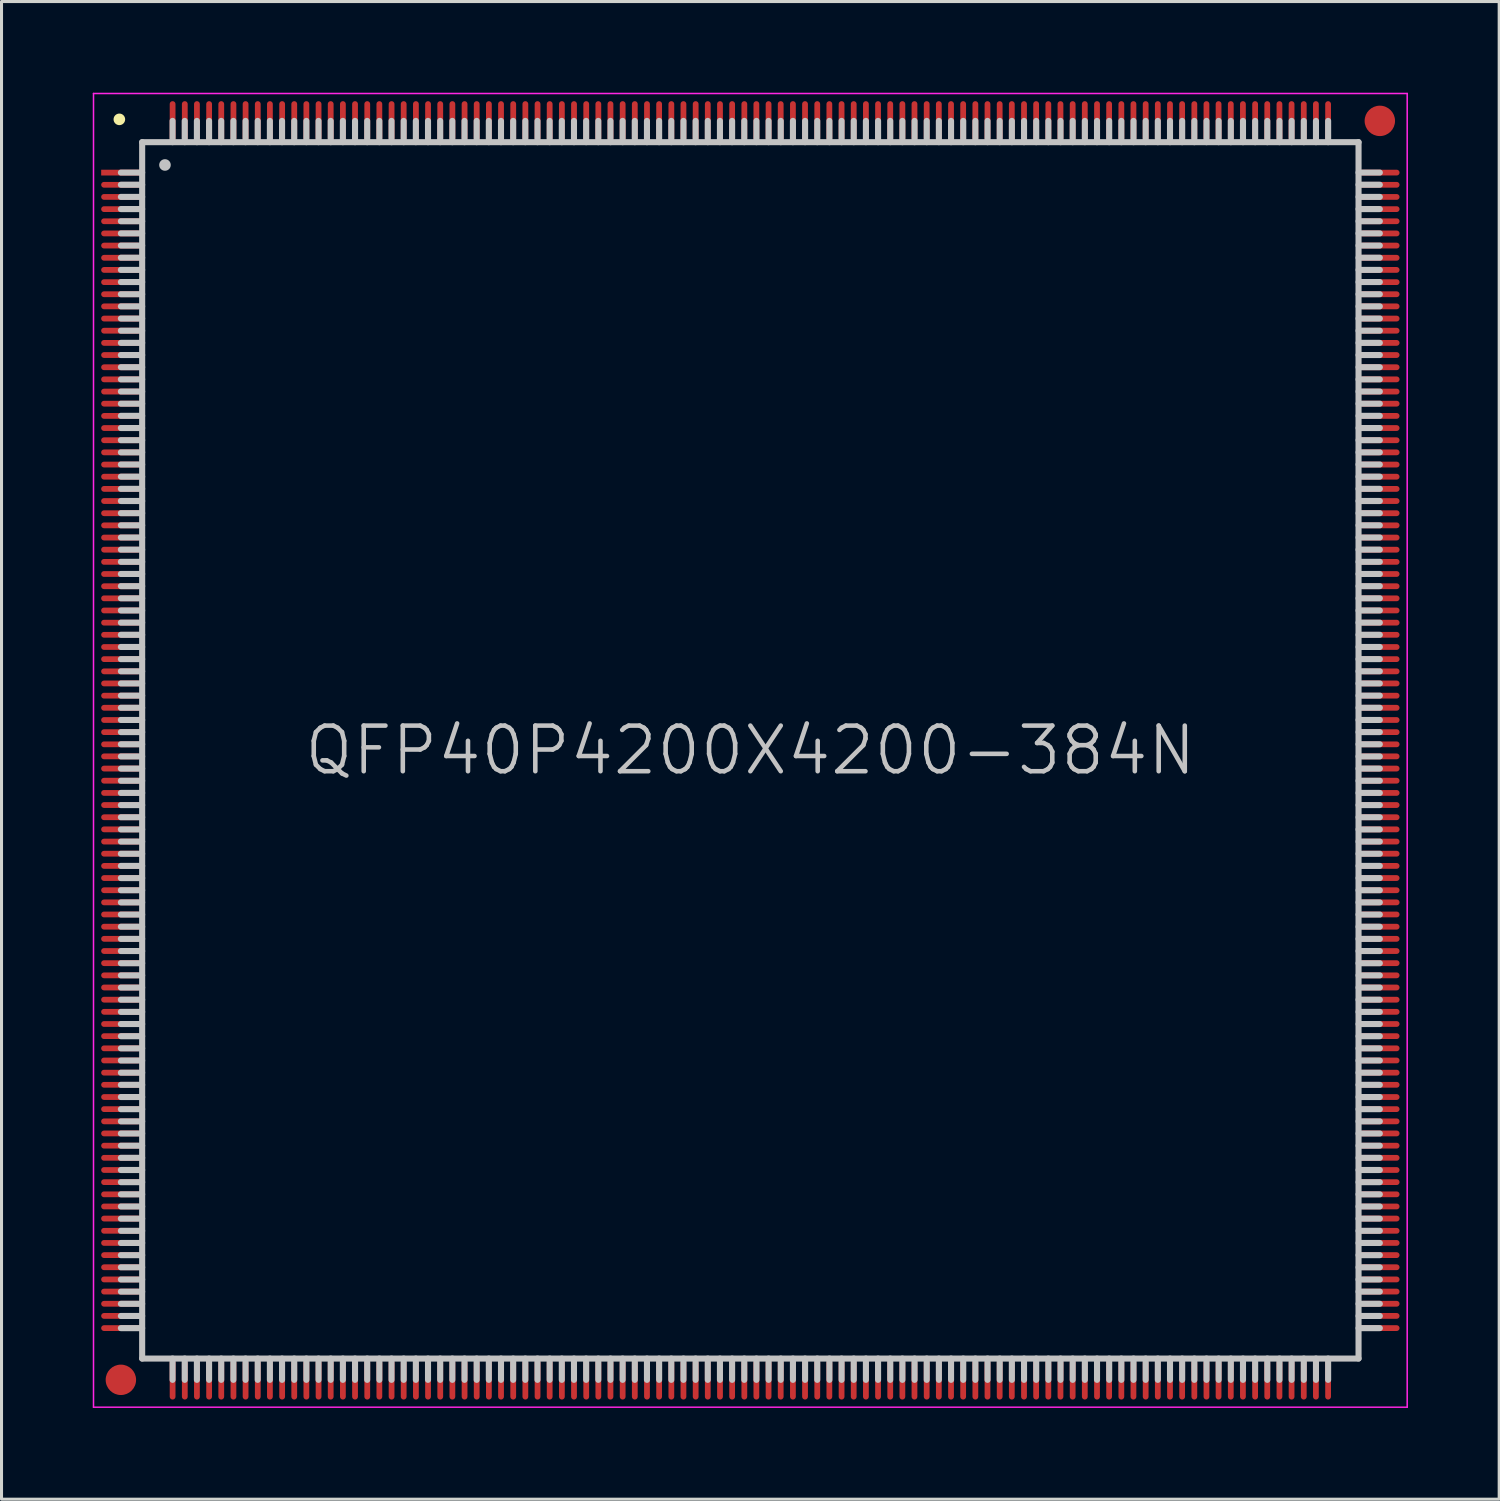
<source format=kicad_pcb>
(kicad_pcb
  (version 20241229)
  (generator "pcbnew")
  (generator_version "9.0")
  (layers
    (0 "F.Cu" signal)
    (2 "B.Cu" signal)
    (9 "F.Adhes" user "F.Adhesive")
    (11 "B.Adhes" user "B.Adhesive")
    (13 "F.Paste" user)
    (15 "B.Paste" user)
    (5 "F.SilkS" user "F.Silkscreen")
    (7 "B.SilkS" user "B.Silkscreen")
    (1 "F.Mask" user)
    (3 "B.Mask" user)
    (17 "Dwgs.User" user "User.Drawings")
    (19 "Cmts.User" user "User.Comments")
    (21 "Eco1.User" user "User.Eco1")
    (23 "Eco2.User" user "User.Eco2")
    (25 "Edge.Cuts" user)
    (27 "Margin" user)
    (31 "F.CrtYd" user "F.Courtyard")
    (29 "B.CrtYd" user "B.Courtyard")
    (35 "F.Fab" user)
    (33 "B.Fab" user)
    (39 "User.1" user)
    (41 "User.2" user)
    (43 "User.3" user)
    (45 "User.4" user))
  (footprint "QFP40P4200X4200-384N"
    (layer "F.Cu")
    (at 21.625 21.625)
    (property "Reference" "QFP40P4200X4200-384N" (at 0 0 0) (layer "Dwgs.User") (effects (font (size 1.5 1.5) (thickness 0.15))))
    (attr smd)
    (fp_line (start -20.75 -20.75) (end -20.75 -20.75) (stroke (width 0.381) (type solid)) (layer "F.SilkS"))
    (fp_line (start -20 -20) (end -20 20) (stroke (width 0.2) (type solid)) (layer "Dwgs.User"))
    (fp_line (start -20 -20) (end 20 -20) (stroke (width 0.2) (type solid)) (layer "Dwgs.User"))
    (fp_line (start -20 -19) (end -20.7 -19) (stroke (width 0.2) (type solid)) (layer "Dwgs.User"))
    (fp_line (start -20 -18.6) (end -20.7 -18.6) (stroke (width 0.2) (type solid)) (layer "Dwgs.User"))
    (fp_line (start -20 -18.2) (end -20.7 -18.2) (stroke (width 0.2) (type solid)) (layer "Dwgs.User"))
    (fp_line (start -20 -17.8) (end -20.7 -17.8) (stroke (width 0.2) (type solid)) (layer "Dwgs.User"))
    (fp_line (start -20 -17.4) (end -20.7 -17.4) (stroke (width 0.2) (type solid)) (layer "Dwgs.User"))
    (fp_line (start -20 -17) (end -20.7 -17) (stroke (width 0.2) (type solid)) (layer "Dwgs.User"))
    (fp_line (start -20 -16.6) (end -20.7 -16.6) (stroke (width 0.2) (type solid)) (layer "Dwgs.User"))
    (fp_line (start -20 -16.2) (end -20.7 -16.2) (stroke (width 0.2) (type solid)) (layer "Dwgs.User"))
    (fp_line (start -20 -15.8) (end -20.7 -15.8) (stroke (width 0.2) (type solid)) (layer "Dwgs.User"))
    (fp_line (start -20 -15.4) (end -20.7 -15.4) (stroke (width 0.2) (type solid)) (layer "Dwgs.User"))
    (fp_line (start -20 -15) (end -20.7 -15) (stroke (width 0.2) (type solid)) (layer "Dwgs.User"))
    (fp_line (start -20 -14.6) (end -20.7 -14.6) (stroke (width 0.2) (type solid)) (layer "Dwgs.User"))
    (fp_line (start -20 -14.2) (end -20.7 -14.2) (stroke (width 0.2) (type solid)) (layer "Dwgs.User"))
    (fp_line (start -20 -13.8) (end -20.7 -13.8) (stroke (width 0.2) (type solid)) (layer "Dwgs.User"))
    (fp_line (start -20 -13.4) (end -20.7 -13.4) (stroke (width 0.2) (type solid)) (layer "Dwgs.User"))
    (fp_line (start -20 -13) (end -20.7 -13) (stroke (width 0.2) (type solid)) (layer "Dwgs.User"))
    (fp_line (start -20 -12.6) (end -20.7 -12.6) (stroke (width 0.2) (type solid)) (layer "Dwgs.User"))
    (fp_line (start -20 -12.2) (end -20.7 -12.2) (stroke (width 0.2) (type solid)) (layer "Dwgs.User"))
    (fp_line (start -20 -11.8) (end -20.7 -11.8) (stroke (width 0.2) (type solid)) (layer "Dwgs.User"))
    (fp_line (start -20 -11.4) (end -20.7 -11.4) (stroke (width 0.2) (type solid)) (layer "Dwgs.User"))
    (fp_line (start -20 -11) (end -20.7 -11) (stroke (width 0.2) (type solid)) (layer "Dwgs.User"))
    (fp_line (start -20 -10.6) (end -20.7 -10.6) (stroke (width 0.2) (type solid)) (layer "Dwgs.User"))
    (fp_line (start -20 -10.2) (end -20.7 -10.2) (stroke (width 0.2) (type solid)) (layer "Dwgs.User"))
    (fp_line (start -20 -9.8) (end -20.7 -9.8) (stroke (width 0.2) (type solid)) (layer "Dwgs.User"))
    (fp_line (start -20 -9.4) (end -20.7 -9.4) (stroke (width 0.2) (type solid)) (layer "Dwgs.User"))
    (fp_line (start -20 -9) (end -20.7 -9) (stroke (width 0.2) (type solid)) (layer "Dwgs.User"))
    (fp_line (start -20 -8.6) (end -20.7 -8.6) (stroke (width 0.2) (type solid)) (layer "Dwgs.User"))
    (fp_line (start -20 -8.2) (end -20.7 -8.2) (stroke (width 0.2) (type solid)) (layer "Dwgs.User"))
    (fp_line (start -20 -7.8) (end -20.7 -7.8) (stroke (width 0.2) (type solid)) (layer "Dwgs.User"))
    (fp_line (start -20 -7.4) (end -20.7 -7.4) (stroke (width 0.2) (type solid)) (layer "Dwgs.User"))
    (fp_line (start -20 -7) (end -20.7 -7) (stroke (width 0.2) (type solid)) (layer "Dwgs.User"))
    (fp_line (start -20 -6.6) (end -20.7 -6.6) (stroke (width 0.2) (type solid)) (layer "Dwgs.User"))
    (fp_line (start -20 -6.2) (end -20.7 -6.2) (stroke (width 0.2) (type solid)) (layer "Dwgs.User"))
    (fp_line (start -20 -5.8) (end -20.7 -5.8) (stroke (width 0.2) (type solid)) (layer "Dwgs.User"))
    (fp_line (start -20 -5.4) (end -20.7 -5.4) (stroke (width 0.2) (type solid)) (layer "Dwgs.User"))
    (fp_line (start -20 -5) (end -20.7 -5) (stroke (width 0.2) (type solid)) (layer "Dwgs.User"))
    (fp_line (start -20 -4.6) (end -20.7 -4.6) (stroke (width 0.2) (type solid)) (layer "Dwgs.User"))
    (fp_line (start -20 -4.2) (end -20.7 -4.2) (stroke (width 0.2) (type solid)) (layer "Dwgs.User"))
    (fp_line (start -20 -3.8) (end -20.7 -3.8) (stroke (width 0.2) (type solid)) (layer "Dwgs.User"))
    (fp_line (start -20 -3.4) (end -20.7 -3.4) (stroke (width 0.2) (type solid)) (layer "Dwgs.User"))
    (fp_line (start -20 -3) (end -20.7 -3) (stroke (width 0.2) (type solid)) (layer "Dwgs.User"))
    (fp_line (start -20 -2.6) (end -20.7 -2.6) (stroke (width 0.2) (type solid)) (layer "Dwgs.User"))
    (fp_line (start -20 -2.2) (end -20.7 -2.2) (stroke (width 0.2) (type solid)) (layer "Dwgs.User"))
    (fp_line (start -20 -1.8) (end -20.7 -1.8) (stroke (width 0.2) (type solid)) (layer "Dwgs.User"))
    (fp_line (start -20 -1.4) (end -20.7 -1.4) (stroke (width 0.2) (type solid)) (layer "Dwgs.User"))
    (fp_line (start -20 -1) (end -20.7 -1) (stroke (width 0.2) (type solid)) (layer "Dwgs.User"))
    (fp_line (start -20 -0.6) (end -20.7 -0.6) (stroke (width 0.2) (type solid)) (layer "Dwgs.User"))
    (fp_line (start -20 -0.2) (end -20.7 -0.2) (stroke (width 0.2) (type solid)) (layer "Dwgs.User"))
    (fp_line (start -20 0.2) (end -20.7 0.2) (stroke (width 0.2) (type solid)) (layer "Dwgs.User"))
    (fp_line (start -20 0.6) (end -20.7 0.6) (stroke (width 0.2) (type solid)) (layer "Dwgs.User"))
    (fp_line (start -20 1) (end -20.7 1) (stroke (width 0.2) (type solid)) (layer "Dwgs.User"))
    (fp_line (start -20 1.4) (end -20.7 1.4) (stroke (width 0.2) (type solid)) (layer "Dwgs.User"))
    (fp_line (start -20 1.8) (end -20.7 1.8) (stroke (width 0.2) (type solid)) (layer "Dwgs.User"))
    (fp_line (start -20 2.2) (end -20.7 2.2) (stroke (width 0.2) (type solid)) (layer "Dwgs.User"))
    (fp_line (start -20 2.6) (end -20.7 2.6) (stroke (width 0.2) (type solid)) (layer "Dwgs.User"))
    (fp_line (start -20 3) (end -20.7 3) (stroke (width 0.2) (type solid)) (layer "Dwgs.User"))
    (fp_line (start -20 3.4) (end -20.7 3.4) (stroke (width 0.2) (type solid)) (layer "Dwgs.User"))
    (fp_line (start -20 3.8) (end -20.7 3.8) (stroke (width 0.2) (type solid)) (layer "Dwgs.User"))
    (fp_line (start -20 4.2) (end -20.7 4.2) (stroke (width 0.2) (type solid)) (layer "Dwgs.User"))
    (fp_line (start -20 4.6) (end -20.7 4.6) (stroke (width 0.2) (type solid)) (layer "Dwgs.User"))
    (fp_line (start -20 5) (end -20.7 5) (stroke (width 0.2) (type solid)) (layer "Dwgs.User"))
    (fp_line (start -20 5.4) (end -20.7 5.4) (stroke (width 0.2) (type solid)) (layer "Dwgs.User"))
    (fp_line (start -20 5.8) (end -20.7 5.8) (stroke (width 0.2) (type solid)) (layer "Dwgs.User"))
    (fp_line (start -20 6.2) (end -20.7 6.2) (stroke (width 0.2) (type solid)) (layer "Dwgs.User"))
    (fp_line (start -20 6.6) (end -20.7 6.6) (stroke (width 0.2) (type solid)) (layer "Dwgs.User"))
    (fp_line (start -20 7) (end -20.7 7) (stroke (width 0.2) (type solid)) (layer "Dwgs.User"))
    (fp_line (start -20 7.4) (end -20.7 7.4) (stroke (width 0.2) (type solid)) (layer "Dwgs.User"))
    (fp_line (start -20 7.8) (end -20.7 7.8) (stroke (width 0.2) (type solid)) (layer "Dwgs.User"))
    (fp_line (start -20 8.2) (end -20.7 8.2) (stroke (width 0.2) (type solid)) (layer "Dwgs.User"))
    (fp_line (start -20 8.6) (end -20.7 8.6) (stroke (width 0.2) (type solid)) (layer "Dwgs.User"))
    (fp_line (start -20 9) (end -20.7 9) (stroke (width 0.2) (type solid)) (layer "Dwgs.User"))
    (fp_line (start -20 9.4) (end -20.7 9.4) (stroke (width 0.2) (type solid)) (layer "Dwgs.User"))
    (fp_line (start -20 9.8) (end -20.7 9.8) (stroke (width 0.2) (type solid)) (layer "Dwgs.User"))
    (fp_line (start -20 10.2) (end -20.7 10.2) (stroke (width 0.2) (type solid)) (layer "Dwgs.User"))
    (fp_line (start -20 10.6) (end -20.7 10.6) (stroke (width 0.2) (type solid)) (layer "Dwgs.User"))
    (fp_line (start -20 11) (end -20.7 11) (stroke (width 0.2) (type solid)) (layer "Dwgs.User"))
    (fp_line (start -20 11.4) (end -20.7 11.4) (stroke (width 0.2) (type solid)) (layer "Dwgs.User"))
    (fp_line (start -20 11.8) (end -20.7 11.8) (stroke (width 0.2) (type solid)) (layer "Dwgs.User"))
    (fp_line (start -20 12.2) (end -20.7 12.2) (stroke (width 0.2) (type solid)) (layer "Dwgs.User"))
    (fp_line (start -20 12.6) (end -20.7 12.6) (stroke (width 0.2) (type solid)) (layer "Dwgs.User"))
    (fp_line (start -20 13) (end -20.7 13) (stroke (width 0.2) (type solid)) (layer "Dwgs.User"))
    (fp_line (start -20 13.4) (end -20.7 13.4) (stroke (width 0.2) (type solid)) (layer "Dwgs.User"))
    (fp_line (start -20 13.8) (end -20.7 13.8) (stroke (width 0.2) (type solid)) (layer "Dwgs.User"))
    (fp_line (start -20 14.2) (end -20.7 14.2) (stroke (width 0.2) (type solid)) (layer "Dwgs.User"))
    (fp_line (start -20 14.6) (end -20.7 14.6) (stroke (width 0.2) (type solid)) (layer "Dwgs.User"))
    (fp_line (start -20 15) (end -20.7 15) (stroke (width 0.2) (type solid)) (layer "Dwgs.User"))
    (fp_line (start -20 15.4) (end -20.7 15.4) (stroke (width 0.2) (type solid)) (layer "Dwgs.User"))
    (fp_line (start -20 15.8) (end -20.7 15.8) (stroke (width 0.2) (type solid)) (layer "Dwgs.User"))
    (fp_line (start -20 16.2) (end -20.7 16.2) (stroke (width 0.2) (type solid)) (layer "Dwgs.User"))
    (fp_line (start -20 16.6) (end -20.7 16.6) (stroke (width 0.2) (type solid)) (layer "Dwgs.User"))
    (fp_line (start -20 17) (end -20.7 17) (stroke (width 0.2) (type solid)) (layer "Dwgs.User"))
    (fp_line (start -20 17.4) (end -20.7 17.4) (stroke (width 0.2) (type solid)) (layer "Dwgs.User"))
    (fp_line (start -20 17.8) (end -20.7 17.8) (stroke (width 0.2) (type solid)) (layer "Dwgs.User"))
    (fp_line (start -20 18.2) (end -20.7 18.2) (stroke (width 0.2) (type solid)) (layer "Dwgs.User"))
    (fp_line (start -20 18.6) (end -20.7 18.6) (stroke (width 0.2) (type solid)) (layer "Dwgs.User"))
    (fp_line (start -20 19) (end -20.7 19) (stroke (width 0.2) (type solid)) (layer "Dwgs.User"))
    (fp_line (start -20 20) (end 20 20) (stroke (width 0.2) (type solid)) (layer "Dwgs.User"))
    (fp_line (start -19.25 -19.25) (end -19.25 -19.25) (stroke (width 0.381) (type solid)) (layer "Dwgs.User"))
    (fp_line (start -19 -20) (end -19 -20.7) (stroke (width 0.2) (type solid)) (layer "Dwgs.User"))
    (fp_line (start -19 20.7) (end -19 20) (stroke (width 0.2) (type solid)) (layer "Dwgs.User"))
    (fp_line (start -18.6 -20) (end -18.6 -20.7) (stroke (width 0.2) (type solid)) (layer "Dwgs.User"))
    (fp_line (start -18.6 20.7) (end -18.6 20) (stroke (width 0.2) (type solid)) (layer "Dwgs.User"))
    (fp_line (start -18.2 -20) (end -18.2 -20.7) (stroke (width 0.2) (type solid)) (layer "Dwgs.User"))
    (fp_line (start -18.2 20.7) (end -18.2 20) (stroke (width 0.2) (type solid)) (layer "Dwgs.User"))
    (fp_line (start -17.8 -20) (end -17.8 -20.7) (stroke (width 0.2) (type solid)) (layer "Dwgs.User"))
    (fp_line (start -17.8 20.7) (end -17.8 20) (stroke (width 0.2) (type solid)) (layer "Dwgs.User"))
    (fp_line (start -17.4 -20) (end -17.4 -20.7) (stroke (width 0.2) (type solid)) (layer "Dwgs.User"))
    (fp_line (start -17.4 20.7) (end -17.4 20) (stroke (width 0.2) (type solid)) (layer "Dwgs.User"))
    (fp_line (start -17 -20) (end -17 -20.7) (stroke (width 0.2) (type solid)) (layer "Dwgs.User"))
    (fp_line (start -17 20.7) (end -17 20) (stroke (width 0.2) (type solid)) (layer "Dwgs.User"))
    (fp_line (start -16.6 -20) (end -16.6 -20.7) (stroke (width 0.2) (type solid)) (layer "Dwgs.User"))
    (fp_line (start -16.6 20.7) (end -16.6 20) (stroke (width 0.2) (type solid)) (layer "Dwgs.User"))
    (fp_line (start -16.2 -20) (end -16.2 -20.7) (stroke (width 0.2) (type solid)) (layer "Dwgs.User"))
    (fp_line (start -16.2 20.7) (end -16.2 20) (stroke (width 0.2) (type solid)) (layer "Dwgs.User"))
    (fp_line (start -15.8 -20) (end -15.8 -20.7) (stroke (width 0.2) (type solid)) (layer "Dwgs.User"))
    (fp_line (start -15.8 20.7) (end -15.8 20) (stroke (width 0.2) (type solid)) (layer "Dwgs.User"))
    (fp_line (start -15.4 -20) (end -15.4 -20.7) (stroke (width 0.2) (type solid)) (layer "Dwgs.User"))
    (fp_line (start -15.4 20.7) (end -15.4 20) (stroke (width 0.2) (type solid)) (layer "Dwgs.User"))
    (fp_line (start -15 -20) (end -15 -20.7) (stroke (width 0.2) (type solid)) (layer "Dwgs.User"))
    (fp_line (start -15 20.7) (end -15 20) (stroke (width 0.2) (type solid)) (layer "Dwgs.User"))
    (fp_line (start -14.6 -20) (end -14.6 -20.7) (stroke (width 0.2) (type solid)) (layer "Dwgs.User"))
    (fp_line (start -14.6 20.7) (end -14.6 20) (stroke (width 0.2) (type solid)) (layer "Dwgs.User"))
    (fp_line (start -14.2 -20) (end -14.2 -20.7) (stroke (width 0.2) (type solid)) (layer "Dwgs.User"))
    (fp_line (start -14.2 20.7) (end -14.2 20) (stroke (width 0.2) (type solid)) (layer "Dwgs.User"))
    (fp_line (start -13.8 -20) (end -13.8 -20.7) (stroke (width 0.2) (type solid)) (layer "Dwgs.User"))
    (fp_line (start -13.8 20.7) (end -13.8 20) (stroke (width 0.2) (type solid)) (layer "Dwgs.User"))
    (fp_line (start -13.4 -20) (end -13.4 -20.7) (stroke (width 0.2) (type solid)) (layer "Dwgs.User"))
    (fp_line (start -13.4 20.7) (end -13.4 20) (stroke (width 0.2) (type solid)) (layer "Dwgs.User"))
    (fp_line (start -13 -20) (end -13 -20.7) (stroke (width 0.2) (type solid)) (layer "Dwgs.User"))
    (fp_line (start -13 20.7) (end -13 20) (stroke (width 0.2) (type solid)) (layer "Dwgs.User"))
    (fp_line (start -12.6 -20) (end -12.6 -20.7) (stroke (width 0.2) (type solid)) (layer "Dwgs.User"))
    (fp_line (start -12.6 20.7) (end -12.6 20) (stroke (width 0.2) (type solid)) (layer "Dwgs.User"))
    (fp_line (start -12.2 -20) (end -12.2 -20.7) (stroke (width 0.2) (type solid)) (layer "Dwgs.User"))
    (fp_line (start -12.2 20.7) (end -12.2 20) (stroke (width 0.2) (type solid)) (layer "Dwgs.User"))
    (fp_line (start -11.8 -20) (end -11.8 -20.7) (stroke (width 0.2) (type solid)) (layer "Dwgs.User"))
    (fp_line (start -11.8 20.7) (end -11.8 20) (stroke (width 0.2) (type solid)) (layer "Dwgs.User"))
    (fp_line (start -11.4 -20) (end -11.4 -20.7) (stroke (width 0.2) (type solid)) (layer "Dwgs.User"))
    (fp_line (start -11.4 20.7) (end -11.4 20) (stroke (width 0.2) (type solid)) (layer "Dwgs.User"))
    (fp_line (start -11 -20) (end -11 -20.7) (stroke (width 0.2) (type solid)) (layer "Dwgs.User"))
    (fp_line (start -11 20.7) (end -11 20) (stroke (width 0.2) (type solid)) (layer "Dwgs.User"))
    (fp_line (start -10.6 -20) (end -10.6 -20.7) (stroke (width 0.2) (type solid)) (layer "Dwgs.User"))
    (fp_line (start -10.6 20.7) (end -10.6 20) (stroke (width 0.2) (type solid)) (layer "Dwgs.User"))
    (fp_line (start -10.2 -20) (end -10.2 -20.7) (stroke (width 0.2) (type solid)) (layer "Dwgs.User"))
    (fp_line (start -10.2 20.7) (end -10.2 20) (stroke (width 0.2) (type solid)) (layer "Dwgs.User"))
    (fp_line (start -9.8 -20) (end -9.8 -20.7) (stroke (width 0.2) (type solid)) (layer "Dwgs.User"))
    (fp_line (start -9.8 20.7) (end -9.8 20) (stroke (width 0.2) (type solid)) (layer "Dwgs.User"))
    (fp_line (start -9.4 -20) (end -9.4 -20.7) (stroke (width 0.2) (type solid)) (layer "Dwgs.User"))
    (fp_line (start -9.4 20.7) (end -9.4 20) (stroke (width 0.2) (type solid)) (layer "Dwgs.User"))
    (fp_line (start -9 -20) (end -9 -20.7) (stroke (width 0.2) (type solid)) (layer "Dwgs.User"))
    (fp_line (start -9 20.7) (end -9 20) (stroke (width 0.2) (type solid)) (layer "Dwgs.User"))
    (fp_line (start -8.6 -20) (end -8.6 -20.7) (stroke (width 0.2) (type solid)) (layer "Dwgs.User"))
    (fp_line (start -8.6 20.7) (end -8.6 20) (stroke (width 0.2) (type solid)) (layer "Dwgs.User"))
    (fp_line (start -8.2 -20) (end -8.2 -20.7) (stroke (width 0.2) (type solid)) (layer "Dwgs.User"))
    (fp_line (start -8.2 20.7) (end -8.2 20) (stroke (width 0.2) (type solid)) (layer "Dwgs.User"))
    (fp_line (start -7.8 -20) (end -7.8 -20.7) (stroke (width 0.2) (type solid)) (layer "Dwgs.User"))
    (fp_line (start -7.8 20.7) (end -7.8 20) (stroke (width 0.2) (type solid)) (layer "Dwgs.User"))
    (fp_line (start -7.4 -20) (end -7.4 -20.7) (stroke (width 0.2) (type solid)) (layer "Dwgs.User"))
    (fp_line (start -7.4 20.7) (end -7.4 20) (stroke (width 0.2) (type solid)) (layer "Dwgs.User"))
    (fp_line (start -7 -20) (end -7 -20.7) (stroke (width 0.2) (type solid)) (layer "Dwgs.User"))
    (fp_line (start -7 20.7) (end -7 20) (stroke (width 0.2) (type solid)) (layer "Dwgs.User"))
    (fp_line (start -6.6 -20) (end -6.6 -20.7) (stroke (width 0.2) (type solid)) (layer "Dwgs.User"))
    (fp_line (start -6.6 20.7) (end -6.6 20) (stroke (width 0.2) (type solid)) (layer "Dwgs.User"))
    (fp_line (start -6.2 -20) (end -6.2 -20.7) (stroke (width 0.2) (type solid)) (layer "Dwgs.User"))
    (fp_line (start -6.2 20.7) (end -6.2 20) (stroke (width 0.2) (type solid)) (layer "Dwgs.User"))
    (fp_line (start -5.8 -20) (end -5.8 -20.7) (stroke (width 0.2) (type solid)) (layer "Dwgs.User"))
    (fp_line (start -5.8 20.7) (end -5.8 20) (stroke (width 0.2) (type solid)) (layer "Dwgs.User"))
    (fp_line (start -5.4 -20) (end -5.4 -20.7) (stroke (width 0.2) (type solid)) (layer "Dwgs.User"))
    (fp_line (start -5.4 20.7) (end -5.4 20) (stroke (width 0.2) (type solid)) (layer "Dwgs.User"))
    (fp_line (start -5 -20) (end -5 -20.7) (stroke (width 0.2) (type solid)) (layer "Dwgs.User"))
    (fp_line (start -5 20.7) (end -5 20) (stroke (width 0.2) (type solid)) (layer "Dwgs.User"))
    (fp_line (start -4.6 -20) (end -4.6 -20.7) (stroke (width 0.2) (type solid)) (layer "Dwgs.User"))
    (fp_line (start -4.6 20.7) (end -4.6 20) (stroke (width 0.2) (type solid)) (layer "Dwgs.User"))
    (fp_line (start -4.2 -20) (end -4.2 -20.7) (stroke (width 0.2) (type solid)) (layer "Dwgs.User"))
    (fp_line (start -4.2 20.7) (end -4.2 20) (stroke (width 0.2) (type solid)) (layer "Dwgs.User"))
    (fp_line (start -3.8 -20) (end -3.8 -20.7) (stroke (width 0.2) (type solid)) (layer "Dwgs.User"))
    (fp_line (start -3.8 20.7) (end -3.8 20) (stroke (width 0.2) (type solid)) (layer "Dwgs.User"))
    (fp_line (start -3.4 -20) (end -3.4 -20.7) (stroke (width 0.2) (type solid)) (layer "Dwgs.User"))
    (fp_line (start -3.4 20.7) (end -3.4 20) (stroke (width 0.2) (type solid)) (layer "Dwgs.User"))
    (fp_line (start -3 -20) (end -3 -20.7) (stroke (width 0.2) (type solid)) (layer "Dwgs.User"))
    (fp_line (start -3 20.7) (end -3 20) (stroke (width 0.2) (type solid)) (layer "Dwgs.User"))
    (fp_line (start -2.6 -20) (end -2.6 -20.7) (stroke (width 0.2) (type solid)) (layer "Dwgs.User"))
    (fp_line (start -2.6 20.7) (end -2.6 20) (stroke (width 0.2) (type solid)) (layer "Dwgs.User"))
    (fp_line (start -2.2 -20) (end -2.2 -20.7) (stroke (width 0.2) (type solid)) (layer "Dwgs.User"))
    (fp_line (start -2.2 20.7) (end -2.2 20) (stroke (width 0.2) (type solid)) (layer "Dwgs.User"))
    (fp_line (start -1.8 -20) (end -1.8 -20.7) (stroke (width 0.2) (type solid)) (layer "Dwgs.User"))
    (fp_line (start -1.8 20.7) (end -1.8 20) (stroke (width 0.2) (type solid)) (layer "Dwgs.User"))
    (fp_line (start -1.4 -20) (end -1.4 -20.7) (stroke (width 0.2) (type solid)) (layer "Dwgs.User"))
    (fp_line (start -1.4 20.7) (end -1.4 20) (stroke (width 0.2) (type solid)) (layer "Dwgs.User"))
    (fp_line (start -1 -20) (end -1 -20.7) (stroke (width 0.2) (type solid)) (layer "Dwgs.User"))
    (fp_line (start -1 20.7) (end -1 20) (stroke (width 0.2) (type solid)) (layer "Dwgs.User"))
    (fp_line (start -0.6 -20) (end -0.6 -20.7) (stroke (width 0.2) (type solid)) (layer "Dwgs.User"))
    (fp_line (start -0.6 20.7) (end -0.6 20) (stroke (width 0.2) (type solid)) (layer "Dwgs.User"))
    (fp_line (start -0.2 -20) (end -0.2 -20.7) (stroke (width 0.2) (type solid)) (layer "Dwgs.User"))
    (fp_line (start -0.2 20.7) (end -0.2 20) (stroke (width 0.2) (type solid)) (layer "Dwgs.User"))
    (fp_line (start 0.2 -20) (end 0.2 -20.7) (stroke (width 0.2) (type solid)) (layer "Dwgs.User"))
    (fp_line (start 0.2 20.7) (end 0.2 20) (stroke (width 0.2) (type solid)) (layer "Dwgs.User"))
    (fp_line (start 0.6 -20) (end 0.6 -20.7) (stroke (width 0.2) (type solid)) (layer "Dwgs.User"))
    (fp_line (start 0.6 20.7) (end 0.6 20) (stroke (width 0.2) (type solid)) (layer "Dwgs.User"))
    (fp_line (start 1 -20) (end 1 -20.7) (stroke (width 0.2) (type solid)) (layer "Dwgs.User"))
    (fp_line (start 1 20.7) (end 1 20) (stroke (width 0.2) (type solid)) (layer "Dwgs.User"))
    (fp_line (start 1.4 -20) (end 1.4 -20.7) (stroke (width 0.2) (type solid)) (layer "Dwgs.User"))
    (fp_line (start 1.4 20.7) (end 1.4 20) (stroke (width 0.2) (type solid)) (layer "Dwgs.User"))
    (fp_line (start 1.8 -20) (end 1.8 -20.7) (stroke (width 0.2) (type solid)) (layer "Dwgs.User"))
    (fp_line (start 1.8 20.7) (end 1.8 20) (stroke (width 0.2) (type solid)) (layer "Dwgs.User"))
    (fp_line (start 2.2 -20) (end 2.2 -20.7) (stroke (width 0.2) (type solid)) (layer "Dwgs.User"))
    (fp_line (start 2.2 20.7) (end 2.2 20) (stroke (width 0.2) (type solid)) (layer "Dwgs.User"))
    (fp_line (start 2.6 -20) (end 2.6 -20.7) (stroke (width 0.2) (type solid)) (layer "Dwgs.User"))
    (fp_line (start 2.6 20.7) (end 2.6 20) (stroke (width 0.2) (type solid)) (layer "Dwgs.User"))
    (fp_line (start 3 -20) (end 3 -20.7) (stroke (width 0.2) (type solid)) (layer "Dwgs.User"))
    (fp_line (start 3 20.7) (end 3 20) (stroke (width 0.2) (type solid)) (layer "Dwgs.User"))
    (fp_line (start 3.4 -20) (end 3.4 -20.7) (stroke (width 0.2) (type solid)) (layer "Dwgs.User"))
    (fp_line (start 3.4 20.7) (end 3.4 20) (stroke (width 0.2) (type solid)) (layer "Dwgs.User"))
    (fp_line (start 3.8 -20) (end 3.8 -20.7) (stroke (width 0.2) (type solid)) (layer "Dwgs.User"))
    (fp_line (start 3.8 20.7) (end 3.8 20) (stroke (width 0.2) (type solid)) (layer "Dwgs.User"))
    (fp_line (start 4.2 -20) (end 4.2 -20.7) (stroke (width 0.2) (type solid)) (layer "Dwgs.User"))
    (fp_line (start 4.2 20.7) (end 4.2 20) (stroke (width 0.2) (type solid)) (layer "Dwgs.User"))
    (fp_line (start 4.6 -20) (end 4.6 -20.7) (stroke (width 0.2) (type solid)) (layer "Dwgs.User"))
    (fp_line (start 4.6 20.7) (end 4.6 20) (stroke (width 0.2) (type solid)) (layer "Dwgs.User"))
    (fp_line (start 5 -20) (end 5 -20.7) (stroke (width 0.2) (type solid)) (layer "Dwgs.User"))
    (fp_line (start 5 20.7) (end 5 20) (stroke (width 0.2) (type solid)) (layer "Dwgs.User"))
    (fp_line (start 5.4 -20) (end 5.4 -20.7) (stroke (width 0.2) (type solid)) (layer "Dwgs.User"))
    (fp_line (start 5.4 20.7) (end 5.4 20) (stroke (width 0.2) (type solid)) (layer "Dwgs.User"))
    (fp_line (start 5.8 -20) (end 5.8 -20.7) (stroke (width 0.2) (type solid)) (layer "Dwgs.User"))
    (fp_line (start 5.8 20.7) (end 5.8 20) (stroke (width 0.2) (type solid)) (layer "Dwgs.User"))
    (fp_line (start 6.2 -20) (end 6.2 -20.7) (stroke (width 0.2) (type solid)) (layer "Dwgs.User"))
    (fp_line (start 6.2 20.7) (end 6.2 20) (stroke (width 0.2) (type solid)) (layer "Dwgs.User"))
    (fp_line (start 6.6 -20) (end 6.6 -20.7) (stroke (width 0.2) (type solid)) (layer "Dwgs.User"))
    (fp_line (start 6.6 20.7) (end 6.6 20) (stroke (width 0.2) (type solid)) (layer "Dwgs.User"))
    (fp_line (start 7 -20) (end 7 -20.7) (stroke (width 0.2) (type solid)) (layer "Dwgs.User"))
    (fp_line (start 7 20.7) (end 7 20) (stroke (width 0.2) (type solid)) (layer "Dwgs.User"))
    (fp_line (start 7.4 -20) (end 7.4 -20.7) (stroke (width 0.2) (type solid)) (layer "Dwgs.User"))
    (fp_line (start 7.4 20.7) (end 7.4 20) (stroke (width 0.2) (type solid)) (layer "Dwgs.User"))
    (fp_line (start 7.8 -20) (end 7.8 -20.7) (stroke (width 0.2) (type solid)) (layer "Dwgs.User"))
    (fp_line (start 7.8 20.7) (end 7.8 20) (stroke (width 0.2) (type solid)) (layer "Dwgs.User"))
    (fp_line (start 8.2 -20) (end 8.2 -20.7) (stroke (width 0.2) (type solid)) (layer "Dwgs.User"))
    (fp_line (start 8.2 20.7) (end 8.2 20) (stroke (width 0.2) (type solid)) (layer "Dwgs.User"))
    (fp_line (start 8.6 -20) (end 8.6 -20.7) (stroke (width 0.2) (type solid)) (layer "Dwgs.User"))
    (fp_line (start 8.6 20.7) (end 8.6 20) (stroke (width 0.2) (type solid)) (layer "Dwgs.User"))
    (fp_line (start 9 -20) (end 9 -20.7) (stroke (width 0.2) (type solid)) (layer "Dwgs.User"))
    (fp_line (start 9 20.7) (end 9 20) (stroke (width 0.2) (type solid)) (layer "Dwgs.User"))
    (fp_line (start 9.4 -20) (end 9.4 -20.7) (stroke (width 0.2) (type solid)) (layer "Dwgs.User"))
    (fp_line (start 9.4 20.7) (end 9.4 20) (stroke (width 0.2) (type solid)) (layer "Dwgs.User"))
    (fp_line (start 9.8 -20) (end 9.8 -20.7) (stroke (width 0.2) (type solid)) (layer "Dwgs.User"))
    (fp_line (start 9.8 20.7) (end 9.8 20) (stroke (width 0.2) (type solid)) (layer "Dwgs.User"))
    (fp_line (start 10.2 -20) (end 10.2 -20.7) (stroke (width 0.2) (type solid)) (layer "Dwgs.User"))
    (fp_line (start 10.2 20.7) (end 10.2 20) (stroke (width 0.2) (type solid)) (layer "Dwgs.User"))
    (fp_line (start 10.6 -20) (end 10.6 -20.7) (stroke (width 0.2) (type solid)) (layer "Dwgs.User"))
    (fp_line (start 10.6 20.7) (end 10.6 20) (stroke (width 0.2) (type solid)) (layer "Dwgs.User"))
    (fp_line (start 11 -20) (end 11 -20.7) (stroke (width 0.2) (type solid)) (layer "Dwgs.User"))
    (fp_line (start 11 20.7) (end 11 20) (stroke (width 0.2) (type solid)) (layer "Dwgs.User"))
    (fp_line (start 11.4 -20) (end 11.4 -20.7) (stroke (width 0.2) (type solid)) (layer "Dwgs.User"))
    (fp_line (start 11.4 20.7) (end 11.4 20) (stroke (width 0.2) (type solid)) (layer "Dwgs.User"))
    (fp_line (start 11.8 -20) (end 11.8 -20.7) (stroke (width 0.2) (type solid)) (layer "Dwgs.User"))
    (fp_line (start 11.8 20.7) (end 11.8 20) (stroke (width 0.2) (type solid)) (layer "Dwgs.User"))
    (fp_line (start 12.2 -20) (end 12.2 -20.7) (stroke (width 0.2) (type solid)) (layer "Dwgs.User"))
    (fp_line (start 12.2 20.7) (end 12.2 20) (stroke (width 0.2) (type solid)) (layer "Dwgs.User"))
    (fp_line (start 12.6 -20) (end 12.6 -20.7) (stroke (width 0.2) (type solid)) (layer "Dwgs.User"))
    (fp_line (start 12.6 20.7) (end 12.6 20) (stroke (width 0.2) (type solid)) (layer "Dwgs.User"))
    (fp_line (start 13 -20) (end 13 -20.7) (stroke (width 0.2) (type solid)) (layer "Dwgs.User"))
    (fp_line (start 13 20.7) (end 13 20) (stroke (width 0.2) (type solid)) (layer "Dwgs.User"))
    (fp_line (start 13.4 -20) (end 13.4 -20.7) (stroke (width 0.2) (type solid)) (layer "Dwgs.User"))
    (fp_line (start 13.4 20.7) (end 13.4 20) (stroke (width 0.2) (type solid)) (layer "Dwgs.User"))
    (fp_line (start 13.8 -20) (end 13.8 -20.7) (stroke (width 0.2) (type solid)) (layer "Dwgs.User"))
    (fp_line (start 13.8 20.7) (end 13.8 20) (stroke (width 0.2) (type solid)) (layer "Dwgs.User"))
    (fp_line (start 14.2 -20) (end 14.2 -20.7) (stroke (width 0.2) (type solid)) (layer "Dwgs.User"))
    (fp_line (start 14.2 20.7) (end 14.2 20) (stroke (width 0.2) (type solid)) (layer "Dwgs.User"))
    (fp_line (start 14.6 -20) (end 14.6 -20.7) (stroke (width 0.2) (type solid)) (layer "Dwgs.User"))
    (fp_line (start 14.6 20.7) (end 14.6 20) (stroke (width 0.2) (type solid)) (layer "Dwgs.User"))
    (fp_line (start 15 -20) (end 15 -20.7) (stroke (width 0.2) (type solid)) (layer "Dwgs.User"))
    (fp_line (start 15 20.7) (end 15 20) (stroke (width 0.2) (type solid)) (layer "Dwgs.User"))
    (fp_line (start 15.4 -20) (end 15.4 -20.7) (stroke (width 0.2) (type solid)) (layer "Dwgs.User"))
    (fp_line (start 15.4 20.7) (end 15.4 20) (stroke (width 0.2) (type solid)) (layer "Dwgs.User"))
    (fp_line (start 15.8 -20) (end 15.8 -20.7) (stroke (width 0.2) (type solid)) (layer "Dwgs.User"))
    (fp_line (start 15.8 20.7) (end 15.8 20) (stroke (width 0.2) (type solid)) (layer "Dwgs.User"))
    (fp_line (start 16.2 -20) (end 16.2 -20.7) (stroke (width 0.2) (type solid)) (layer "Dwgs.User"))
    (fp_line (start 16.2 20.7) (end 16.2 20) (stroke (width 0.2) (type solid)) (layer "Dwgs.User"))
    (fp_line (start 16.6 -20) (end 16.6 -20.7) (stroke (width 0.2) (type solid)) (layer "Dwgs.User"))
    (fp_line (start 16.6 20.7) (end 16.6 20) (stroke (width 0.2) (type solid)) (layer "Dwgs.User"))
    (fp_line (start 17 -20) (end 17 -20.7) (stroke (width 0.2) (type solid)) (layer "Dwgs.User"))
    (fp_line (start 17 20.7) (end 17 20) (stroke (width 0.2) (type solid)) (layer "Dwgs.User"))
    (fp_line (start 17.4 -20) (end 17.4 -20.7) (stroke (width 0.2) (type solid)) (layer "Dwgs.User"))
    (fp_line (start 17.4 20.7) (end 17.4 20) (stroke (width 0.2) (type solid)) (layer "Dwgs.User"))
    (fp_line (start 17.8 -20) (end 17.8 -20.7) (stroke (width 0.2) (type solid)) (layer "Dwgs.User"))
    (fp_line (start 17.8 20.7) (end 17.8 20) (stroke (width 0.2) (type solid)) (layer "Dwgs.User"))
    (fp_line (start 18.2 -20) (end 18.2 -20.7) (stroke (width 0.2) (type solid)) (layer "Dwgs.User"))
    (fp_line (start 18.2 20.7) (end 18.2 20) (stroke (width 0.2) (type solid)) (layer "Dwgs.User"))
    (fp_line (start 18.6 -20) (end 18.6 -20.7) (stroke (width 0.2) (type solid)) (layer "Dwgs.User"))
    (fp_line (start 18.6 20.7) (end 18.6 20) (stroke (width 0.2) (type solid)) (layer "Dwgs.User"))
    (fp_line (start 19 -20) (end 19 -20.7) (stroke (width 0.2) (type solid)) (layer "Dwgs.User"))
    (fp_line (start 19 20.7) (end 19 20) (stroke (width 0.2) (type solid)) (layer "Dwgs.User"))
    (fp_line (start 20 -20) (end 20 20) (stroke (width 0.2) (type solid)) (layer "Dwgs.User"))
    (fp_line (start 20.7 -19) (end 20 -19) (stroke (width 0.2) (type solid)) (layer "Dwgs.User"))
    (fp_line (start 20.7 -18.6) (end 20 -18.6) (stroke (width 0.2) (type solid)) (layer "Dwgs.User"))
    (fp_line (start 20.7 -18.2) (end 20 -18.2) (stroke (width 0.2) (type solid)) (layer "Dwgs.User"))
    (fp_line (start 20.7 -17.8) (end 20 -17.8) (stroke (width 0.2) (type solid)) (layer "Dwgs.User"))
    (fp_line (start 20.7 -17.4) (end 20 -17.4) (stroke (width 0.2) (type solid)) (layer "Dwgs.User"))
    (fp_line (start 20.7 -17) (end 20 -17) (stroke (width 0.2) (type solid)) (layer "Dwgs.User"))
    (fp_line (start 20.7 -16.6) (end 20 -16.6) (stroke (width 0.2) (type solid)) (layer "Dwgs.User"))
    (fp_line (start 20.7 -16.2) (end 20 -16.2) (stroke (width 0.2) (type solid)) (layer "Dwgs.User"))
    (fp_line (start 20.7 -15.8) (end 20 -15.8) (stroke (width 0.2) (type solid)) (layer "Dwgs.User"))
    (fp_line (start 20.7 -15.4) (end 20 -15.4) (stroke (width 0.2) (type solid)) (layer "Dwgs.User"))
    (fp_line (start 20.7 -15) (end 20 -15) (stroke (width 0.2) (type solid)) (layer "Dwgs.User"))
    (fp_line (start 20.7 -14.6) (end 20 -14.6) (stroke (width 0.2) (type solid)) (layer "Dwgs.User"))
    (fp_line (start 20.7 -14.2) (end 20 -14.2) (stroke (width 0.2) (type solid)) (layer "Dwgs.User"))
    (fp_line (start 20.7 -13.8) (end 20 -13.8) (stroke (width 0.2) (type solid)) (layer "Dwgs.User"))
    (fp_line (start 20.7 -13.4) (end 20 -13.4) (stroke (width 0.2) (type solid)) (layer "Dwgs.User"))
    (fp_line (start 20.7 -13) (end 20 -13) (stroke (width 0.2) (type solid)) (layer "Dwgs.User"))
    (fp_line (start 20.7 -12.6) (end 20 -12.6) (stroke (width 0.2) (type solid)) (layer "Dwgs.User"))
    (fp_line (start 20.7 -12.2) (end 20 -12.2) (stroke (width 0.2) (type solid)) (layer "Dwgs.User"))
    (fp_line (start 20.7 -11.8) (end 20 -11.8) (stroke (width 0.2) (type solid)) (layer "Dwgs.User"))
    (fp_line (start 20.7 -11.4) (end 20 -11.4) (stroke (width 0.2) (type solid)) (layer "Dwgs.User"))
    (fp_line (start 20.7 -11) (end 20 -11) (stroke (width 0.2) (type solid)) (layer "Dwgs.User"))
    (fp_line (start 20.7 -10.6) (end 20 -10.6) (stroke (width 0.2) (type solid)) (layer "Dwgs.User"))
    (fp_line (start 20.7 -10.2) (end 20 -10.2) (stroke (width 0.2) (type solid)) (layer "Dwgs.User"))
    (fp_line (start 20.7 -9.8) (end 20 -9.8) (stroke (width 0.2) (type solid)) (layer "Dwgs.User"))
    (fp_line (start 20.7 -9.4) (end 20 -9.4) (stroke (width 0.2) (type solid)) (layer "Dwgs.User"))
    (fp_line (start 20.7 -9) (end 20 -9) (stroke (width 0.2) (type solid)) (layer "Dwgs.User"))
    (fp_line (start 20.7 -8.6) (end 20 -8.6) (stroke (width 0.2) (type solid)) (layer "Dwgs.User"))
    (fp_line (start 20.7 -8.2) (end 20 -8.2) (stroke (width 0.2) (type solid)) (layer "Dwgs.User"))
    (fp_line (start 20.7 -7.8) (end 20 -7.8) (stroke (width 0.2) (type solid)) (layer "Dwgs.User"))
    (fp_line (start 20.7 -7.4) (end 20 -7.4) (stroke (width 0.2) (type solid)) (layer "Dwgs.User"))
    (fp_line (start 20.7 -7) (end 20 -7) (stroke (width 0.2) (type solid)) (layer "Dwgs.User"))
    (fp_line (start 20.7 -6.6) (end 20 -6.6) (stroke (width 0.2) (type solid)) (layer "Dwgs.User"))
    (fp_line (start 20.7 -6.2) (end 20 -6.2) (stroke (width 0.2) (type solid)) (layer "Dwgs.User"))
    (fp_line (start 20.7 -5.8) (end 20 -5.8) (stroke (width 0.2) (type solid)) (layer "Dwgs.User"))
    (fp_line (start 20.7 -5.4) (end 20 -5.4) (stroke (width 0.2) (type solid)) (layer "Dwgs.User"))
    (fp_line (start 20.7 -5) (end 20 -5) (stroke (width 0.2) (type solid)) (layer "Dwgs.User"))
    (fp_line (start 20.7 -4.6) (end 20 -4.6) (stroke (width 0.2) (type solid)) (layer "Dwgs.User"))
    (fp_line (start 20.7 -4.2) (end 20 -4.2) (stroke (width 0.2) (type solid)) (layer "Dwgs.User"))
    (fp_line (start 20.7 -3.8) (end 20 -3.8) (stroke (width 0.2) (type solid)) (layer "Dwgs.User"))
    (fp_line (start 20.7 -3.4) (end 20 -3.4) (stroke (width 0.2) (type solid)) (layer "Dwgs.User"))
    (fp_line (start 20.7 -3) (end 20 -3) (stroke (width 0.2) (type solid)) (layer "Dwgs.User"))
    (fp_line (start 20.7 -2.6) (end 20 -2.6) (stroke (width 0.2) (type solid)) (layer "Dwgs.User"))
    (fp_line (start 20.7 -2.2) (end 20 -2.2) (stroke (width 0.2) (type solid)) (layer "Dwgs.User"))
    (fp_line (start 20.7 -1.8) (end 20 -1.8) (stroke (width 0.2) (type solid)) (layer "Dwgs.User"))
    (fp_line (start 20.7 -1.4) (end 20 -1.4) (stroke (width 0.2) (type solid)) (layer "Dwgs.User"))
    (fp_line (start 20.7 -1) (end 20 -1) (stroke (width 0.2) (type solid)) (layer "Dwgs.User"))
    (fp_line (start 20.7 -0.6) (end 20 -0.6) (stroke (width 0.2) (type solid)) (layer "Dwgs.User"))
    (fp_line (start 20.7 -0.2) (end 20 -0.2) (stroke (width 0.2) (type solid)) (layer "Dwgs.User"))
    (fp_line (start 20.7 0.2) (end 20 0.2) (stroke (width 0.2) (type solid)) (layer "Dwgs.User"))
    (fp_line (start 20.7 0.6) (end 20 0.6) (stroke (width 0.2) (type solid)) (layer "Dwgs.User"))
    (fp_line (start 20.7 1) (end 20 1) (stroke (width 0.2) (type solid)) (layer "Dwgs.User"))
    (fp_line (start 20.7 1.4) (end 20 1.4) (stroke (width 0.2) (type solid)) (layer "Dwgs.User"))
    (fp_line (start 20.7 1.8) (end 20 1.8) (stroke (width 0.2) (type solid)) (layer "Dwgs.User"))
    (fp_line (start 20.7 2.2) (end 20 2.2) (stroke (width 0.2) (type solid)) (layer "Dwgs.User"))
    (fp_line (start 20.7 2.6) (end 20 2.6) (stroke (width 0.2) (type solid)) (layer "Dwgs.User"))
    (fp_line (start 20.7 3) (end 20 3) (stroke (width 0.2) (type solid)) (layer "Dwgs.User"))
    (fp_line (start 20.7 3.4) (end 20 3.4) (stroke (width 0.2) (type solid)) (layer "Dwgs.User"))
    (fp_line (start 20.7 3.8) (end 20 3.8) (stroke (width 0.2) (type solid)) (layer "Dwgs.User"))
    (fp_line (start 20.7 4.2) (end 20 4.2) (stroke (width 0.2) (type solid)) (layer "Dwgs.User"))
    (fp_line (start 20.7 4.6) (end 20 4.6) (stroke (width 0.2) (type solid)) (layer "Dwgs.User"))
    (fp_line (start 20.7 5) (end 20 5) (stroke (width 0.2) (type solid)) (layer "Dwgs.User"))
    (fp_line (start 20.7 5.4) (end 20 5.4) (stroke (width 0.2) (type solid)) (layer "Dwgs.User"))
    (fp_line (start 20.7 5.8) (end 20 5.8) (stroke (width 0.2) (type solid)) (layer "Dwgs.User"))
    (fp_line (start 20.7 6.2) (end 20 6.2) (stroke (width 0.2) (type solid)) (layer "Dwgs.User"))
    (fp_line (start 20.7 6.6) (end 20 6.6) (stroke (width 0.2) (type solid)) (layer "Dwgs.User"))
    (fp_line (start 20.7 7) (end 20 7) (stroke (width 0.2) (type solid)) (layer "Dwgs.User"))
    (fp_line (start 20.7 7.4) (end 20 7.4) (stroke (width 0.2) (type solid)) (layer "Dwgs.User"))
    (fp_line (start 20.7 7.8) (end 20 7.8) (stroke (width 0.2) (type solid)) (layer "Dwgs.User"))
    (fp_line (start 20.7 8.2) (end 20 8.2) (stroke (width 0.2) (type solid)) (layer "Dwgs.User"))
    (fp_line (start 20.7 8.6) (end 20 8.6) (stroke (width 0.2) (type solid)) (layer "Dwgs.User"))
    (fp_line (start 20.7 9) (end 20 9) (stroke (width 0.2) (type solid)) (layer "Dwgs.User"))
    (fp_line (start 20.7 9.4) (end 20 9.4) (stroke (width 0.2) (type solid)) (layer "Dwgs.User"))
    (fp_line (start 20.7 9.8) (end 20 9.8) (stroke (width 0.2) (type solid)) (layer "Dwgs.User"))
    (fp_line (start 20.7 10.2) (end 20 10.2) (stroke (width 0.2) (type solid)) (layer "Dwgs.User"))
    (fp_line (start 20.7 10.6) (end 20 10.6) (stroke (width 0.2) (type solid)) (layer "Dwgs.User"))
    (fp_line (start 20.7 11) (end 20 11) (stroke (width 0.2) (type solid)) (layer "Dwgs.User"))
    (fp_line (start 20.7 11.4) (end 20 11.4) (stroke (width 0.2) (type solid)) (layer "Dwgs.User"))
    (fp_line (start 20.7 11.8) (end 20 11.8) (stroke (width 0.2) (type solid)) (layer "Dwgs.User"))
    (fp_line (start 20.7 12.2) (end 20 12.2) (stroke (width 0.2) (type solid)) (layer "Dwgs.User"))
    (fp_line (start 20.7 12.6) (end 20 12.6) (stroke (width 0.2) (type solid)) (layer "Dwgs.User"))
    (fp_line (start 20.7 13) (end 20 13) (stroke (width 0.2) (type solid)) (layer "Dwgs.User"))
    (fp_line (start 20.7 13.4) (end 20 13.4) (stroke (width 0.2) (type solid)) (layer "Dwgs.User"))
    (fp_line (start 20.7 13.8) (end 20 13.8) (stroke (width 0.2) (type solid)) (layer "Dwgs.User"))
    (fp_line (start 20.7 14.2) (end 20 14.2) (stroke (width 0.2) (type solid)) (layer "Dwgs.User"))
    (fp_line (start 20.7 14.6) (end 20 14.6) (stroke (width 0.2) (type solid)) (layer "Dwgs.User"))
    (fp_line (start 20.7 15) (end 20 15) (stroke (width 0.2) (type solid)) (layer "Dwgs.User"))
    (fp_line (start 20.7 15.4) (end 20 15.4) (stroke (width 0.2) (type solid)) (layer "Dwgs.User"))
    (fp_line (start 20.7 15.8) (end 20 15.8) (stroke (width 0.2) (type solid)) (layer "Dwgs.User"))
    (fp_line (start 20.7 16.2) (end 20 16.2) (stroke (width 0.2) (type solid)) (layer "Dwgs.User"))
    (fp_line (start 20.7 16.6) (end 20 16.6) (stroke (width 0.2) (type solid)) (layer "Dwgs.User"))
    (fp_line (start 20.7 17) (end 20 17) (stroke (width 0.2) (type solid)) (layer "Dwgs.User"))
    (fp_line (start 20.7 17.4) (end 20 17.4) (stroke (width 0.2) (type solid)) (layer "Dwgs.User"))
    (fp_line (start 20.7 17.8) (end 20 17.8) (stroke (width 0.2) (type solid)) (layer "Dwgs.User"))
    (fp_line (start 20.7 18.2) (end 20 18.2) (stroke (width 0.2) (type solid)) (layer "Dwgs.User"))
    (fp_line (start 20.7 18.6) (end 20 18.6) (stroke (width 0.2) (type solid)) (layer "Dwgs.User"))
    (fp_line (start 20.7 19) (end 20 19) (stroke (width 0.2) (type solid)) (layer "Dwgs.User"))
    (fp_line (start -21.6 -21.6) (end -21.6 21.6) (stroke (width 0.05) (type solid)) (layer "F.CrtYd"))
    (fp_line (start -21.6 -21.6) (end 21.6 -21.6) (stroke (width 0.05) (type solid)) (layer "F.CrtYd"))
    (fp_line (start -21.6 21.6) (end 21.6 21.6) (stroke (width 0.05) (type solid)) (layer "F.CrtYd"))
    (fp_line (start 21.6 -21.6) (end 21.6 21.6) (stroke (width 0.05) (type solid)) (layer "F.CrtYd"))
    (pad "" smd circle (at -20.7 20.7) (size 1 1) (layers "F.Cu" "F.Mask"))
    (pad "" smd circle (at 20.7 -20.7) (size 1 1) (layers "F.Cu" "F.Mask"))
    (pad "1" smd rect (at -20.698 -18.999 90) (size 0.19 1.3) (layers "F.Cu" "F.Mask" "F.Paste"))
    (pad "2" smd oval (at -20.698 -18.598 90) (size 0.19 1.3) (layers "F.Cu" "F.Mask" "F.Paste"))
    (pad "3" smd oval (at -20.698 -18.199 90) (size 0.19 1.3) (layers "F.Cu" "F.Mask" "F.Paste"))
    (pad "4" smd oval (at -20.698 -17.798 90) (size 0.19 1.3) (layers "F.Cu" "F.Mask" "F.Paste"))
    (pad "5" smd oval (at -20.698 -17.399 90) (size 0.19 1.3) (layers "F.Cu" "F.Mask" "F.Paste"))
    (pad "6" smd oval (at -20.698 -16.998 90) (size 0.19 1.3) (layers "F.Cu" "F.Mask" "F.Paste"))
    (pad "7" smd oval (at -20.698 -16.599 90) (size 0.19 1.3) (layers "F.Cu" "F.Mask" "F.Paste"))
    (pad "8" smd oval (at -20.698 -16.198 90) (size 0.19 1.3) (layers "F.Cu" "F.Mask" "F.Paste"))
    (pad "9" smd oval (at -20.698 -15.799 90) (size 0.19 1.3) (layers "F.Cu" "F.Mask" "F.Paste"))
    (pad "10" smd oval (at -20.698 -15.397 90) (size 0.19 1.3) (layers "F.Cu" "F.Mask" "F.Paste"))
    (pad "11" smd oval (at -20.698 -14.999 90) (size 0.19 1.3) (layers "F.Cu" "F.Mask" "F.Paste"))
    (pad "12" smd oval (at -20.698 -14.6 90) (size 0.19 1.3) (layers "F.Cu" "F.Mask" "F.Paste"))
    (pad "13" smd oval (at -20.698 -14.199 90) (size 0.19 1.3) (layers "F.Cu" "F.Mask" "F.Paste"))
    (pad "14" smd oval (at -20.698 -13.8 90) (size 0.19 1.3) (layers "F.Cu" "F.Mask" "F.Paste"))
    (pad "15" smd oval (at -20.698 -13.399 90) (size 0.19 1.3) (layers "F.Cu" "F.Mask" "F.Paste"))
    (pad "16" smd oval (at -20.698 -13 90) (size 0.19 1.3) (layers "F.Cu" "F.Mask" "F.Paste"))
    (pad "17" smd oval (at -20.698 -12.598 90) (size 0.19 1.3) (layers "F.Cu" "F.Mask" "F.Paste"))
    (pad "18" smd oval (at -20.698 -12.2 90) (size 0.19 1.3) (layers "F.Cu" "F.Mask" "F.Paste"))
    (pad "19" smd oval (at -20.698 -11.798 90) (size 0.19 1.3) (layers "F.Cu" "F.Mask" "F.Paste"))
    (pad "20" smd oval (at -20.698 -11.4 90) (size 0.19 1.3) (layers "F.Cu" "F.Mask" "F.Paste"))
    (pad "21" smd oval (at -20.698 -10.998 90) (size 0.19 1.3) (layers "F.Cu" "F.Mask" "F.Paste"))
    (pad "22" smd oval (at -20.698 -10.599 90) (size 0.19 1.3) (layers "F.Cu" "F.Mask" "F.Paste"))
    (pad "23" smd oval (at -20.698 -10.198 90) (size 0.19 1.3) (layers "F.Cu" "F.Mask" "F.Paste"))
    (pad "24" smd oval (at -20.698 -9.799 90) (size 0.19 1.3) (layers "F.Cu" "F.Mask" "F.Paste"))
    (pad "25" smd oval (at -20.698 -9.398 90) (size 0.19 1.3) (layers "F.Cu" "F.Mask" "F.Paste"))
    (pad "26" smd oval (at -20.698 -8.999 90) (size 0.19 1.3) (layers "F.Cu" "F.Mask" "F.Paste"))
    (pad "27" smd oval (at -20.698 -8.598 90) (size 0.19 1.3) (layers "F.Cu" "F.Mask" "F.Paste"))
    (pad "28" smd oval (at -20.698 -8.199 90) (size 0.19 1.3) (layers "F.Cu" "F.Mask" "F.Paste"))
    (pad "29" smd oval (at -20.698 -7.798 90) (size 0.19 1.3) (layers "F.Cu" "F.Mask" "F.Paste"))
    (pad "30" smd oval (at -20.698 -7.399 90) (size 0.19 1.3) (layers "F.Cu" "F.Mask" "F.Paste"))
    (pad "31" smd oval (at -20.698 -6.998 90) (size 0.19 1.3) (layers "F.Cu" "F.Mask" "F.Paste"))
    (pad "32" smd oval (at -20.698 -6.599 90) (size 0.19 1.3) (layers "F.Cu" "F.Mask" "F.Paste"))
    (pad "33" smd oval (at -20.698 -6.198 90) (size 0.19 1.3) (layers "F.Cu" "F.Mask" "F.Paste"))
    (pad "34" smd oval (at -20.698 -5.799 90) (size 0.19 1.3) (layers "F.Cu" "F.Mask" "F.Paste"))
    (pad "35" smd oval (at -20.698 -5.397 90) (size 0.19 1.3) (layers "F.Cu" "F.Mask" "F.Paste"))
    (pad "36" smd oval (at -20.698 -4.999 90) (size 0.19 1.3) (layers "F.Cu" "F.Mask" "F.Paste"))
    (pad "37" smd oval (at -20.698 -4.6 90) (size 0.19 1.3) (layers "F.Cu" "F.Mask" "F.Paste"))
    (pad "38" smd oval (at -20.698 -4.199 90) (size 0.19 1.3) (layers "F.Cu" "F.Mask" "F.Paste"))
    (pad "39" smd oval (at -20.698 -3.8 90) (size 0.19 1.3) (layers "F.Cu" "F.Mask" "F.Paste"))
    (pad "40" smd oval (at -20.698 -3.399 90) (size 0.19 1.3) (layers "F.Cu" "F.Mask" "F.Paste"))
    (pad "41" smd oval (at -20.698 -3 90) (size 0.19 1.3) (layers "F.Cu" "F.Mask" "F.Paste"))
    (pad "42" smd oval (at -20.698 -2.598 90) (size 0.19 1.3) (layers "F.Cu" "F.Mask" "F.Paste"))
    (pad "43" smd oval (at -20.698 -2.2 90) (size 0.19 1.3) (layers "F.Cu" "F.Mask" "F.Paste"))
    (pad "44" smd oval (at -20.698 -1.798 90) (size 0.19 1.3) (layers "F.Cu" "F.Mask" "F.Paste"))
    (pad "45" smd oval (at -20.698 -1.4 90) (size 0.19 1.3) (layers "F.Cu" "F.Mask" "F.Paste"))
    (pad "46" smd oval (at -20.698 -0.998 90) (size 0.19 1.3) (layers "F.Cu" "F.Mask" "F.Paste"))
    (pad "47" smd oval (at -20.698 -0.599 90) (size 0.19 1.3) (layers "F.Cu" "F.Mask" "F.Paste"))
    (pad "48" smd oval (at -20.698 -0.198 90) (size 0.19 1.3) (layers "F.Cu" "F.Mask" "F.Paste"))
    (pad "49" smd oval (at -20.698 0.198 90) (size 0.19 1.3) (layers "F.Cu" "F.Mask" "F.Paste"))
    (pad "50" smd oval (at -20.698 0.599 90) (size 0.19 1.3) (layers "F.Cu" "F.Mask" "F.Paste"))
    (pad "51" smd oval (at -20.698 0.998 90) (size 0.19 1.3) (layers "F.Cu" "F.Mask" "F.Paste"))
    (pad "52" smd oval (at -20.698 1.4 90) (size 0.19 1.3) (layers "F.Cu" "F.Mask" "F.Paste"))
    (pad "53" smd oval (at -20.698 1.798 90) (size 0.19 1.3) (layers "F.Cu" "F.Mask" "F.Paste"))
    (pad "54" smd oval (at -20.698 2.2 90) (size 0.19 1.3) (layers "F.Cu" "F.Mask" "F.Paste"))
    (pad "55" smd oval (at -20.698 2.598 90) (size 0.19 1.3) (layers "F.Cu" "F.Mask" "F.Paste"))
    (pad "56" smd oval (at -20.698 3 90) (size 0.19 1.3) (layers "F.Cu" "F.Mask" "F.Paste"))
    (pad "57" smd oval (at -20.698 3.399 90) (size 0.19 1.3) (layers "F.Cu" "F.Mask" "F.Paste"))
    (pad "58" smd oval (at -20.698 3.8 90) (size 0.19 1.3) (layers "F.Cu" "F.Mask" "F.Paste"))
    (pad "59" smd oval (at -20.698 4.199 90) (size 0.19 1.3) (layers "F.Cu" "F.Mask" "F.Paste"))
    (pad "60" smd oval (at -20.698 4.6 90) (size 0.19 1.3) (layers "F.Cu" "F.Mask" "F.Paste"))
    (pad "61" smd oval (at -20.698 4.999 90) (size 0.19 1.3) (layers "F.Cu" "F.Mask" "F.Paste"))
    (pad "62" smd oval (at -20.698 5.397 90) (size 0.19 1.3) (layers "F.Cu" "F.Mask" "F.Paste"))
    (pad "63" smd oval (at -20.698 5.799 90) (size 0.19 1.3) (layers "F.Cu" "F.Mask" "F.Paste"))
    (pad "64" smd oval (at -20.698 6.198 90) (size 0.19 1.3) (layers "F.Cu" "F.Mask" "F.Paste"))
    (pad "65" smd oval (at -20.698 6.599 90) (size 0.19 1.3) (layers "F.Cu" "F.Mask" "F.Paste"))
    (pad "66" smd oval (at -20.698 6.998 90) (size 0.19 1.3) (layers "F.Cu" "F.Mask" "F.Paste"))
    (pad "67" smd oval (at -20.698 7.399 90) (size 0.19 1.3) (layers "F.Cu" "F.Mask" "F.Paste"))
    (pad "68" smd oval (at -20.698 7.798 90) (size 0.19 1.3) (layers "F.Cu" "F.Mask" "F.Paste"))
    (pad "69" smd oval (at -20.698 8.199 90) (size 0.19 1.3) (layers "F.Cu" "F.Mask" "F.Paste"))
    (pad "70" smd oval (at -20.698 8.598 90) (size 0.19 1.3) (layers "F.Cu" "F.Mask" "F.Paste"))
    (pad "71" smd oval (at -20.698 8.999 90) (size 0.19 1.3) (layers "F.Cu" "F.Mask" "F.Paste"))
    (pad "72" smd oval (at -20.698 9.398 90) (size 0.19 1.3) (layers "F.Cu" "F.Mask" "F.Paste"))
    (pad "73" smd oval (at -20.698 9.799 90) (size 0.19 1.3) (layers "F.Cu" "F.Mask" "F.Paste"))
    (pad "74" smd oval (at -20.698 10.198 90) (size 0.19 1.3) (layers "F.Cu" "F.Mask" "F.Paste"))
    (pad "75" smd oval (at -20.698 10.599 90) (size 0.19 1.3) (layers "F.Cu" "F.Mask" "F.Paste"))
    (pad "76" smd oval (at -20.698 10.998 90) (size 0.19 1.3) (layers "F.Cu" "F.Mask" "F.Paste"))
    (pad "77" smd oval (at -20.698 11.4 90) (size 0.19 1.3) (layers "F.Cu" "F.Mask" "F.Paste"))
    (pad "78" smd oval (at -20.698 11.798 90) (size 0.19 1.3) (layers "F.Cu" "F.Mask" "F.Paste"))
    (pad "79" smd oval (at -20.698 12.2 90) (size 0.19 1.3) (layers "F.Cu" "F.Mask" "F.Paste"))
    (pad "80" smd oval (at -20.698 12.598 90) (size 0.19 1.3) (layers "F.Cu" "F.Mask" "F.Paste"))
    (pad "81" smd oval (at -20.698 13 90) (size 0.19 1.3) (layers "F.Cu" "F.Mask" "F.Paste"))
    (pad "82" smd oval (at -20.698 13.399 90) (size 0.19 1.3) (layers "F.Cu" "F.Mask" "F.Paste"))
    (pad "83" smd oval (at -20.698 13.8 90) (size 0.19 1.3) (layers "F.Cu" "F.Mask" "F.Paste"))
    (pad "84" smd oval (at -20.698 14.199 90) (size 0.19 1.3) (layers "F.Cu" "F.Mask" "F.Paste"))
    (pad "85" smd oval (at -20.698 14.6 90) (size 0.19 1.3) (layers "F.Cu" "F.Mask" "F.Paste"))
    (pad "86" smd oval (at -20.698 14.999 90) (size 0.19 1.3) (layers "F.Cu" "F.Mask" "F.Paste"))
    (pad "87" smd oval (at -20.698 15.397 90) (size 0.19 1.3) (layers "F.Cu" "F.Mask" "F.Paste"))
    (pad "88" smd oval (at -20.698 15.799 90) (size 0.19 1.3) (layers "F.Cu" "F.Mask" "F.Paste"))
    (pad "89" smd oval (at -20.698 16.198 90) (size 0.19 1.3) (layers "F.Cu" "F.Mask" "F.Paste"))
    (pad "90" smd oval (at -20.698 16.599 90) (size 0.19 1.3) (layers "F.Cu" "F.Mask" "F.Paste"))
    (pad "91" smd oval (at -20.698 16.998 90) (size 0.19 1.3) (layers "F.Cu" "F.Mask" "F.Paste"))
    (pad "92" smd oval (at -20.698 17.399 90) (size 0.19 1.3) (layers "F.Cu" "F.Mask" "F.Paste"))
    (pad "93" smd oval (at -20.698 17.798 90) (size 0.19 1.3) (layers "F.Cu" "F.Mask" "F.Paste"))
    (pad "94" smd oval (at -20.698 18.199 90) (size 0.19 1.3) (layers "F.Cu" "F.Mask" "F.Paste"))
    (pad "95" smd oval (at -20.698 18.598 90) (size 0.19 1.3) (layers "F.Cu" "F.Mask" "F.Paste"))
    (pad "96" smd oval (at -20.698 18.999 90) (size 0.19 1.3) (layers "F.Cu" "F.Mask" "F.Paste"))
    (pad "97" smd oval (at -18.999 20.698 180) (size 0.19 1.3) (layers "F.Cu" "F.Mask" "F.Paste"))
    (pad "98" smd oval (at -18.598 20.698 180) (size 0.19 1.3) (layers "F.Cu" "F.Mask" "F.Paste"))
    (pad "99" smd oval (at -18.199 20.698 180) (size 0.19 1.3) (layers "F.Cu" "F.Mask" "F.Paste"))
    (pad "100" smd oval (at -17.798 20.698 180) (size 0.19 1.3) (layers "F.Cu" "F.Mask" "F.Paste"))
    (pad "101" smd oval (at -17.399 20.698 180) (size 0.19 1.3) (layers "F.Cu" "F.Mask" "F.Paste"))
    (pad "102" smd oval (at -16.998 20.698 180) (size 0.19 1.3) (layers "F.Cu" "F.Mask" "F.Paste"))
    (pad "103" smd oval (at -16.599 20.698 180) (size 0.19 1.3) (layers "F.Cu" "F.Mask" "F.Paste"))
    (pad "104" smd oval (at -16.198 20.698 180) (size 0.19 1.3) (layers "F.Cu" "F.Mask" "F.Paste"))
    (pad "105" smd oval (at -15.799 20.698 180) (size 0.19 1.3) (layers "F.Cu" "F.Mask" "F.Paste"))
    (pad "106" smd oval (at -15.397 20.698 180) (size 0.19 1.3) (layers "F.Cu" "F.Mask" "F.Paste"))
    (pad "107" smd oval (at -14.999 20.698 180) (size 0.19 1.3) (layers "F.Cu" "F.Mask" "F.Paste"))
    (pad "108" smd oval (at -14.6 20.698 180) (size 0.19 1.3) (layers "F.Cu" "F.Mask" "F.Paste"))
    (pad "109" smd oval (at -14.199 20.698 180) (size 0.19 1.3) (layers "F.Cu" "F.Mask" "F.Paste"))
    (pad "110" smd oval (at -13.8 20.698 180) (size 0.19 1.3) (layers "F.Cu" "F.Mask" "F.Paste"))
    (pad "111" smd oval (at -13.399 20.698 180) (size 0.19 1.3) (layers "F.Cu" "F.Mask" "F.Paste"))
    (pad "112" smd oval (at -13 20.698 180) (size 0.19 1.3) (layers "F.Cu" "F.Mask" "F.Paste"))
    (pad "113" smd oval (at -12.598 20.698 180) (size 0.19 1.3) (layers "F.Cu" "F.Mask" "F.Paste"))
    (pad "114" smd oval (at -12.2 20.698 180) (size 0.19 1.3) (layers "F.Cu" "F.Mask" "F.Paste"))
    (pad "115" smd oval (at -11.798 20.698 180) (size 0.19 1.3) (layers "F.Cu" "F.Mask" "F.Paste"))
    (pad "116" smd oval (at -11.4 20.698 180) (size 0.19 1.3) (layers "F.Cu" "F.Mask" "F.Paste"))
    (pad "117" smd oval (at -10.998 20.698 180) (size 0.19 1.3) (layers "F.Cu" "F.Mask" "F.Paste"))
    (pad "118" smd oval (at -10.599 20.698 180) (size 0.19 1.3) (layers "F.Cu" "F.Mask" "F.Paste"))
    (pad "119" smd oval (at -10.198 20.698 180) (size 0.19 1.3) (layers "F.Cu" "F.Mask" "F.Paste"))
    (pad "120" smd oval (at -9.799 20.698 180) (size 0.19 1.3) (layers "F.Cu" "F.Mask" "F.Paste"))
    (pad "121" smd oval (at -9.398 20.698 180) (size 0.19 1.3) (layers "F.Cu" "F.Mask" "F.Paste"))
    (pad "122" smd oval (at -8.999 20.698 180) (size 0.19 1.3) (layers "F.Cu" "F.Mask" "F.Paste"))
    (pad "123" smd oval (at -8.598 20.698 180) (size 0.19 1.3) (layers "F.Cu" "F.Mask" "F.Paste"))
    (pad "124" smd oval (at -8.199 20.698 180) (size 0.19 1.3) (layers "F.Cu" "F.Mask" "F.Paste"))
    (pad "125" smd oval (at -7.798 20.698 180) (size 0.19 1.3) (layers "F.Cu" "F.Mask" "F.Paste"))
    (pad "126" smd oval (at -7.399 20.698 180) (size 0.19 1.3) (layers "F.Cu" "F.Mask" "F.Paste"))
    (pad "127" smd oval (at -6.998 20.698 180) (size 0.19 1.3) (layers "F.Cu" "F.Mask" "F.Paste"))
    (pad "128" smd oval (at -6.599 20.698 180) (size 0.19 1.3) (layers "F.Cu" "F.Mask" "F.Paste"))
    (pad "129" smd oval (at -6.198 20.698 180) (size 0.19 1.3) (layers "F.Cu" "F.Mask" "F.Paste"))
    (pad "130" smd oval (at -5.799 20.698 180) (size 0.19 1.3) (layers "F.Cu" "F.Mask" "F.Paste"))
    (pad "131" smd oval (at -5.397 20.698 180) (size 0.19 1.3) (layers "F.Cu" "F.Mask" "F.Paste"))
    (pad "132" smd oval (at -4.999 20.698 180) (size 0.19 1.3) (layers "F.Cu" "F.Mask" "F.Paste"))
    (pad "133" smd oval (at -4.6 20.698 180) (size 0.19 1.3) (layers "F.Cu" "F.Mask" "F.Paste"))
    (pad "134" smd oval (at -4.199 20.698 180) (size 0.19 1.3) (layers "F.Cu" "F.Mask" "F.Paste"))
    (pad "135" smd oval (at -3.8 20.698 180) (size 0.19 1.3) (layers "F.Cu" "F.Mask" "F.Paste"))
    (pad "136" smd oval (at -3.399 20.698 180) (size 0.19 1.3) (layers "F.Cu" "F.Mask" "F.Paste"))
    (pad "137" smd oval (at -3 20.698 180) (size 0.19 1.3) (layers "F.Cu" "F.Mask" "F.Paste"))
    (pad "138" smd oval (at -2.598 20.698 180) (size 0.19 1.3) (layers "F.Cu" "F.Mask" "F.Paste"))
    (pad "139" smd oval (at -2.2 20.698 180) (size 0.19 1.3) (layers "F.Cu" "F.Mask" "F.Paste"))
    (pad "140" smd oval (at -1.798 20.698 180) (size 0.19 1.3) (layers "F.Cu" "F.Mask" "F.Paste"))
    (pad "141" smd oval (at -1.4 20.698 180) (size 0.19 1.3) (layers "F.Cu" "F.Mask" "F.Paste"))
    (pad "142" smd oval (at -0.998 20.698 180) (size 0.19 1.3) (layers "F.Cu" "F.Mask" "F.Paste"))
    (pad "143" smd oval (at -0.599 20.698 180) (size 0.19 1.3) (layers "F.Cu" "F.Mask" "F.Paste"))
    (pad "144" smd oval (at -0.198 20.698 180) (size 0.19 1.3) (layers "F.Cu" "F.Mask" "F.Paste"))
    (pad "145" smd oval (at 0.198 20.698 180) (size 0.19 1.3) (layers "F.Cu" "F.Mask" "F.Paste"))
    (pad "146" smd oval (at 0.599 20.698 180) (size 0.19 1.3) (layers "F.Cu" "F.Mask" "F.Paste"))
    (pad "147" smd oval (at 0.998 20.698 180) (size 0.19 1.3) (layers "F.Cu" "F.Mask" "F.Paste"))
    (pad "148" smd oval (at 1.4 20.698 180) (size 0.19 1.3) (layers "F.Cu" "F.Mask" "F.Paste"))
    (pad "149" smd oval (at 1.798 20.698 180) (size 0.19 1.3) (layers "F.Cu" "F.Mask" "F.Paste"))
    (pad "150" smd oval (at 2.2 20.698 180) (size 0.19 1.3) (layers "F.Cu" "F.Mask" "F.Paste"))
    (pad "151" smd oval (at 2.598 20.698 180) (size 0.19 1.3) (layers "F.Cu" "F.Mask" "F.Paste"))
    (pad "152" smd oval (at 3 20.698 180) (size 0.19 1.3) (layers "F.Cu" "F.Mask" "F.Paste"))
    (pad "153" smd oval (at 3.399 20.698 180) (size 0.19 1.3) (layers "F.Cu" "F.Mask" "F.Paste"))
    (pad "154" smd oval (at 3.8 20.698 180) (size 0.19 1.3) (layers "F.Cu" "F.Mask" "F.Paste"))
    (pad "155" smd oval (at 4.199 20.698 180) (size 0.19 1.3) (layers "F.Cu" "F.Mask" "F.Paste"))
    (pad "156" smd oval (at 4.6 20.698 180) (size 0.19 1.3) (layers "F.Cu" "F.Mask" "F.Paste"))
    (pad "157" smd oval (at 4.999 20.698 180) (size 0.19 1.3) (layers "F.Cu" "F.Mask" "F.Paste"))
    (pad "158" smd oval (at 5.397 20.698 180) (size 0.19 1.3) (layers "F.Cu" "F.Mask" "F.Paste"))
    (pad "159" smd oval (at 5.799 20.698 180) (size 0.19 1.3) (layers "F.Cu" "F.Mask" "F.Paste"))
    (pad "160" smd oval (at 6.198 20.698 180) (size 0.19 1.3) (layers "F.Cu" "F.Mask" "F.Paste"))
    (pad "161" smd oval (at 6.599 20.698 180) (size 0.19 1.3) (layers "F.Cu" "F.Mask" "F.Paste"))
    (pad "162" smd oval (at 6.998 20.698 180) (size 0.19 1.3) (layers "F.Cu" "F.Mask" "F.Paste"))
    (pad "163" smd oval (at 7.399 20.698 180) (size 0.19 1.3) (layers "F.Cu" "F.Mask" "F.Paste"))
    (pad "164" smd oval (at 7.798 20.698 180) (size 0.19 1.3) (layers "F.Cu" "F.Mask" "F.Paste"))
    (pad "165" smd oval (at 8.199 20.698 180) (size 0.19 1.3) (layers "F.Cu" "F.Mask" "F.Paste"))
    (pad "166" smd oval (at 8.598 20.698 180) (size 0.19 1.3) (layers "F.Cu" "F.Mask" "F.Paste"))
    (pad "167" smd oval (at 8.999 20.698 180) (size 0.19 1.3) (layers "F.Cu" "F.Mask" "F.Paste"))
    (pad "168" smd oval (at 9.398 20.698 180) (size 0.19 1.3) (layers "F.Cu" "F.Mask" "F.Paste"))
    (pad "169" smd oval (at 9.799 20.698 180) (size 0.19 1.3) (layers "F.Cu" "F.Mask" "F.Paste"))
    (pad "170" smd oval (at 10.198 20.698 180) (size 0.19 1.3) (layers "F.Cu" "F.Mask" "F.Paste"))
    (pad "171" smd oval (at 10.599 20.698 180) (size 0.19 1.3) (layers "F.Cu" "F.Mask" "F.Paste"))
    (pad "172" smd oval (at 10.998 20.698 180) (size 0.19 1.3) (layers "F.Cu" "F.Mask" "F.Paste"))
    (pad "173" smd oval (at 11.4 20.698 180) (size 0.19 1.3) (layers "F.Cu" "F.Mask" "F.Paste"))
    (pad "174" smd oval (at 11.798 20.698 180) (size 0.19 1.3) (layers "F.Cu" "F.Mask" "F.Paste"))
    (pad "175" smd oval (at 12.2 20.698 180) (size 0.19 1.3) (layers "F.Cu" "F.Mask" "F.Paste"))
    (pad "176" smd oval (at 12.598 20.698 180) (size 0.19 1.3) (layers "F.Cu" "F.Mask" "F.Paste"))
    (pad "177" smd oval (at 13 20.698 180) (size 0.19 1.3) (layers "F.Cu" "F.Mask" "F.Paste"))
    (pad "178" smd oval (at 13.399 20.698 180) (size 0.19 1.3) (layers "F.Cu" "F.Mask" "F.Paste"))
    (pad "179" smd oval (at 13.8 20.698 180) (size 0.19 1.3) (layers "F.Cu" "F.Mask" "F.Paste"))
    (pad "180" smd oval (at 14.199 20.698 180) (size 0.19 1.3) (layers "F.Cu" "F.Mask" "F.Paste"))
    (pad "181" smd oval (at 14.6 20.698 180) (size 0.19 1.3) (layers "F.Cu" "F.Mask" "F.Paste"))
    (pad "182" smd oval (at 14.999 20.698 180) (size 0.19 1.3) (layers "F.Cu" "F.Mask" "F.Paste"))
    (pad "183" smd oval (at 15.397 20.698 180) (size 0.19 1.3) (layers "F.Cu" "F.Mask" "F.Paste"))
    (pad "184" smd oval (at 15.799 20.698 180) (size 0.19 1.3) (layers "F.Cu" "F.Mask" "F.Paste"))
    (pad "185" smd oval (at 16.198 20.698 180) (size 0.19 1.3) (layers "F.Cu" "F.Mask" "F.Paste"))
    (pad "186" smd oval (at 16.599 20.698 180) (size 0.19 1.3) (layers "F.Cu" "F.Mask" "F.Paste"))
    (pad "187" smd oval (at 16.998 20.698 180) (size 0.19 1.3) (layers "F.Cu" "F.Mask" "F.Paste"))
    (pad "188" smd oval (at 17.399 20.698 180) (size 0.19 1.3) (layers "F.Cu" "F.Mask" "F.Paste"))
    (pad "189" smd oval (at 17.798 20.698 180) (size 0.19 1.3) (layers "F.Cu" "F.Mask" "F.Paste"))
    (pad "190" smd oval (at 18.199 20.698 180) (size 0.19 1.3) (layers "F.Cu" "F.Mask" "F.Paste"))
    (pad "191" smd oval (at 18.598 20.698 180) (size 0.19 1.3) (layers "F.Cu" "F.Mask" "F.Paste"))
    (pad "192" smd oval (at 18.999 20.698 180) (size 0.19 1.3) (layers "F.Cu" "F.Mask" "F.Paste"))
    (pad "193" smd oval (at 20.698 18.999 270) (size 0.19 1.3) (layers "F.Cu" "F.Mask" "F.Paste"))
    (pad "194" smd oval (at 20.698 18.598 270) (size 0.19 1.3) (layers "F.Cu" "F.Mask" "F.Paste"))
    (pad "195" smd oval (at 20.698 18.199 270) (size 0.19 1.3) (layers "F.Cu" "F.Mask" "F.Paste"))
    (pad "196" smd oval (at 20.698 17.798 270) (size 0.19 1.3) (layers "F.Cu" "F.Mask" "F.Paste"))
    (pad "197" smd oval (at 20.698 17.399 270) (size 0.19 1.3) (layers "F.Cu" "F.Mask" "F.Paste"))
    (pad "198" smd oval (at 20.698 16.998 270) (size 0.19 1.3) (layers "F.Cu" "F.Mask" "F.Paste"))
    (pad "199" smd oval (at 20.698 16.599 270) (size 0.19 1.3) (layers "F.Cu" "F.Mask" "F.Paste"))
    (pad "200" smd oval (at 20.698 16.198 270) (size 0.19 1.3) (layers "F.Cu" "F.Mask" "F.Paste"))
    (pad "201" smd oval (at 20.698 15.799 270) (size 0.19 1.3) (layers "F.Cu" "F.Mask" "F.Paste"))
    (pad "202" smd oval (at 20.698 15.397 270) (size 0.19 1.3) (layers "F.Cu" "F.Mask" "F.Paste"))
    (pad "203" smd oval (at 20.698 14.999 270) (size 0.19 1.3) (layers "F.Cu" "F.Mask" "F.Paste"))
    (pad "204" smd oval (at 20.698 14.6 270) (size 0.19 1.3) (layers "F.Cu" "F.Mask" "F.Paste"))
    (pad "205" smd oval (at 20.698 14.199 270) (size 0.19 1.3) (layers "F.Cu" "F.Mask" "F.Paste"))
    (pad "206" smd oval (at 20.698 13.8 270) (size 0.19 1.3) (layers "F.Cu" "F.Mask" "F.Paste"))
    (pad "207" smd oval (at 20.698 13.399 270) (size 0.19 1.3) (layers "F.Cu" "F.Mask" "F.Paste"))
    (pad "208" smd oval (at 20.698 13 270) (size 0.19 1.3) (layers "F.Cu" "F.Mask" "F.Paste"))
    (pad "209" smd oval (at 20.698 12.598 270) (size 0.19 1.3) (layers "F.Cu" "F.Mask" "F.Paste"))
    (pad "210" smd oval (at 20.698 12.2 270) (size 0.19 1.3) (layers "F.Cu" "F.Mask" "F.Paste"))
    (pad "211" smd oval (at 20.698 11.798 270) (size 0.19 1.3) (layers "F.Cu" "F.Mask" "F.Paste"))
    (pad "212" smd oval (at 20.698 11.4 270) (size 0.19 1.3) (layers "F.Cu" "F.Mask" "F.Paste"))
    (pad "213" smd oval (at 20.698 10.998 270) (size 0.19 1.3) (layers "F.Cu" "F.Mask" "F.Paste"))
    (pad "214" smd oval (at 20.698 10.599 270) (size 0.19 1.3) (layers "F.Cu" "F.Mask" "F.Paste"))
    (pad "215" smd oval (at 20.698 10.198 270) (size 0.19 1.3) (layers "F.Cu" "F.Mask" "F.Paste"))
    (pad "216" smd oval (at 20.698 9.799 270) (size 0.19 1.3) (layers "F.Cu" "F.Mask" "F.Paste"))
    (pad "217" smd oval (at 20.698 9.398 270) (size 0.19 1.3) (layers "F.Cu" "F.Mask" "F.Paste"))
    (pad "218" smd oval (at 20.698 8.999 270) (size 0.19 1.3) (layers "F.Cu" "F.Mask" "F.Paste"))
    (pad "219" smd oval (at 20.698 8.598 270) (size 0.19 1.3) (layers "F.Cu" "F.Mask" "F.Paste"))
    (pad "220" smd oval (at 20.698 8.199 270) (size 0.19 1.3) (layers "F.Cu" "F.Mask" "F.Paste"))
    (pad "221" smd oval (at 20.698 7.798 270) (size 0.19 1.3) (layers "F.Cu" "F.Mask" "F.Paste"))
    (pad "222" smd oval (at 20.698 7.399 270) (size 0.19 1.3) (layers "F.Cu" "F.Mask" "F.Paste"))
    (pad "223" smd oval (at 20.698 6.998 270) (size 0.19 1.3) (layers "F.Cu" "F.Mask" "F.Paste"))
    (pad "224" smd oval (at 20.698 6.599 270) (size 0.19 1.3) (layers "F.Cu" "F.Mask" "F.Paste"))
    (pad "225" smd oval (at 20.698 6.198 270) (size 0.19 1.3) (layers "F.Cu" "F.Mask" "F.Paste"))
    (pad "226" smd oval (at 20.698 5.799 270) (size 0.19 1.3) (layers "F.Cu" "F.Mask" "F.Paste"))
    (pad "227" smd oval (at 20.698 5.397 270) (size 0.19 1.3) (layers "F.Cu" "F.Mask" "F.Paste"))
    (pad "228" smd oval (at 20.698 4.999 270) (size 0.19 1.3) (layers "F.Cu" "F.Mask" "F.Paste"))
    (pad "229" smd oval (at 20.698 4.6 270) (size 0.19 1.3) (layers "F.Cu" "F.Mask" "F.Paste"))
    (pad "230" smd oval (at 20.698 4.199 270) (size 0.19 1.3) (layers "F.Cu" "F.Mask" "F.Paste"))
    (pad "231" smd oval (at 20.698 3.8 270) (size 0.19 1.3) (layers "F.Cu" "F.Mask" "F.Paste"))
    (pad "232" smd oval (at 20.698 3.399 270) (size 0.19 1.3) (layers "F.Cu" "F.Mask" "F.Paste"))
    (pad "233" smd oval (at 20.698 3 270) (size 0.19 1.3) (layers "F.Cu" "F.Mask" "F.Paste"))
    (pad "234" smd oval (at 20.698 2.598 270) (size 0.19 1.3) (layers "F.Cu" "F.Mask" "F.Paste"))
    (pad "235" smd oval (at 20.698 2.2 270) (size 0.19 1.3) (layers "F.Cu" "F.Mask" "F.Paste"))
    (pad "236" smd oval (at 20.698 1.798 270) (size 0.19 1.3) (layers "F.Cu" "F.Mask" "F.Paste"))
    (pad "237" smd oval (at 20.698 1.4 270) (size 0.19 1.3) (layers "F.Cu" "F.Mask" "F.Paste"))
    (pad "238" smd oval (at 20.698 0.998 270) (size 0.19 1.3) (layers "F.Cu" "F.Mask" "F.Paste"))
    (pad "239" smd oval (at 20.698 0.599 270) (size 0.19 1.3) (layers "F.Cu" "F.Mask" "F.Paste"))
    (pad "240" smd oval (at 20.698 0.198 270) (size 0.19 1.3) (layers "F.Cu" "F.Mask" "F.Paste"))
    (pad "241" smd oval (at 20.698 -0.198 270) (size 0.19 1.3) (layers "F.Cu" "F.Mask" "F.Paste"))
    (pad "242" smd oval (at 20.698 -0.599 270) (size 0.19 1.3) (layers "F.Cu" "F.Mask" "F.Paste"))
    (pad "243" smd oval (at 20.698 -0.998 270) (size 0.19 1.3) (layers "F.Cu" "F.Mask" "F.Paste"))
    (pad "244" smd oval (at 20.698 -1.4 270) (size 0.19 1.3) (layers "F.Cu" "F.Mask" "F.Paste"))
    (pad "245" smd oval (at 20.698 -1.798 270) (size 0.19 1.3) (layers "F.Cu" "F.Mask" "F.Paste"))
    (pad "246" smd oval (at 20.698 -2.2 270) (size 0.19 1.3) (layers "F.Cu" "F.Mask" "F.Paste"))
    (pad "247" smd oval (at 20.698 -2.598 270) (size 0.19 1.3) (layers "F.Cu" "F.Mask" "F.Paste"))
    (pad "248" smd oval (at 20.698 -3 270) (size 0.19 1.3) (layers "F.Cu" "F.Mask" "F.Paste"))
    (pad "249" smd oval (at 20.698 -3.399 270) (size 0.19 1.3) (layers "F.Cu" "F.Mask" "F.Paste"))
    (pad "250" smd oval (at 20.698 -3.8 270) (size 0.19 1.3) (layers "F.Cu" "F.Mask" "F.Paste"))
    (pad "251" smd oval (at 20.698 -4.199 270) (size 0.19 1.3) (layers "F.Cu" "F.Mask" "F.Paste"))
    (pad "252" smd oval (at 20.698 -4.6 270) (size 0.19 1.3) (layers "F.Cu" "F.Mask" "F.Paste"))
    (pad "253" smd oval (at 20.698 -4.999 270) (size 0.19 1.3) (layers "F.Cu" "F.Mask" "F.Paste"))
    (pad "254" smd oval (at 20.698 -5.397 270) (size 0.19 1.3) (layers "F.Cu" "F.Mask" "F.Paste"))
    (pad "255" smd oval (at 20.698 -5.799 270) (size 0.19 1.3) (layers "F.Cu" "F.Mask" "F.Paste"))
    (pad "256" smd oval (at 20.698 -6.198 270) (size 0.19 1.3) (layers "F.Cu" "F.Mask" "F.Paste"))
    (pad "257" smd oval (at 20.698 -6.599 270) (size 0.19 1.3) (layers "F.Cu" "F.Mask" "F.Paste"))
    (pad "258" smd oval (at 20.698 -6.998 270) (size 0.19 1.3) (layers "F.Cu" "F.Mask" "F.Paste"))
    (pad "259" smd oval (at 20.698 -7.399 270) (size 0.19 1.3) (layers "F.Cu" "F.Mask" "F.Paste"))
    (pad "260" smd oval (at 20.698 -7.798 270) (size 0.19 1.3) (layers "F.Cu" "F.Mask" "F.Paste"))
    (pad "261" smd oval (at 20.698 -8.199 270) (size 0.19 1.3) (layers "F.Cu" "F.Mask" "F.Paste"))
    (pad "262" smd oval (at 20.698 -8.598 270) (size 0.19 1.3) (layers "F.Cu" "F.Mask" "F.Paste"))
    (pad "263" smd oval (at 20.698 -8.999 270) (size 0.19 1.3) (layers "F.Cu" "F.Mask" "F.Paste"))
    (pad "264" smd oval (at 20.698 -9.398 270) (size 0.19 1.3) (layers "F.Cu" "F.Mask" "F.Paste"))
    (pad "265" smd oval (at 20.698 -9.799 270) (size 0.19 1.3) (layers "F.Cu" "F.Mask" "F.Paste"))
    (pad "266" smd oval (at 20.698 -10.198 270) (size 0.19 1.3) (layers "F.Cu" "F.Mask" "F.Paste"))
    (pad "267" smd oval (at 20.698 -10.599 270) (size 0.19 1.3) (layers "F.Cu" "F.Mask" "F.Paste"))
    (pad "268" smd oval (at 20.698 -10.998 270) (size 0.19 1.3) (layers "F.Cu" "F.Mask" "F.Paste"))
    (pad "269" smd oval (at 20.698 -11.4 270) (size 0.19 1.3) (layers "F.Cu" "F.Mask" "F.Paste"))
    (pad "270" smd oval (at 20.698 -11.798 270) (size 0.19 1.3) (layers "F.Cu" "F.Mask" "F.Paste"))
    (pad "271" smd oval (at 20.698 -12.2 270) (size 0.19 1.3) (layers "F.Cu" "F.Mask" "F.Paste"))
    (pad "272" smd oval (at 20.698 -12.598 270) (size 0.19 1.3) (layers "F.Cu" "F.Mask" "F.Paste"))
    (pad "273" smd oval (at 20.698 -13 270) (size 0.19 1.3) (layers "F.Cu" "F.Mask" "F.Paste"))
    (pad "274" smd oval (at 20.698 -13.399 270) (size 0.19 1.3) (layers "F.Cu" "F.Mask" "F.Paste"))
    (pad "275" smd oval (at 20.698 -13.8 270) (size 0.19 1.3) (layers "F.Cu" "F.Mask" "F.Paste"))
    (pad "276" smd oval (at 20.698 -14.199 270) (size 0.19 1.3) (layers "F.Cu" "F.Mask" "F.Paste"))
    (pad "277" smd oval (at 20.698 -14.6 270) (size 0.19 1.3) (layers "F.Cu" "F.Mask" "F.Paste"))
    (pad "278" smd oval (at 20.698 -14.999 270) (size 0.19 1.3) (layers "F.Cu" "F.Mask" "F.Paste"))
    (pad "279" smd oval (at 20.698 -15.397 270) (size 0.19 1.3) (layers "F.Cu" "F.Mask" "F.Paste"))
    (pad "280" smd oval (at 20.698 -15.799 270) (size 0.19 1.3) (layers "F.Cu" "F.Mask" "F.Paste"))
    (pad "281" smd oval (at 20.698 -16.198 270) (size 0.19 1.3) (layers "F.Cu" "F.Mask" "F.Paste"))
    (pad "282" smd oval (at 20.698 -16.599 270) (size 0.19 1.3) (layers "F.Cu" "F.Mask" "F.Paste"))
    (pad "283" smd oval (at 20.698 -16.998 270) (size 0.19 1.3) (layers "F.Cu" "F.Mask" "F.Paste"))
    (pad "284" smd oval (at 20.698 -17.399 270) (size 0.19 1.3) (layers "F.Cu" "F.Mask" "F.Paste"))
    (pad "285" smd oval (at 20.698 -17.798 270) (size 0.19 1.3) (layers "F.Cu" "F.Mask" "F.Paste"))
    (pad "286" smd oval (at 20.698 -18.199 270) (size 0.19 1.3) (layers "F.Cu" "F.Mask" "F.Paste"))
    (pad "287" smd oval (at 20.698 -18.598 270) (size 0.19 1.3) (layers "F.Cu" "F.Mask" "F.Paste"))
    (pad "288" smd oval (at 20.698 -18.999 270) (size 0.19 1.3) (layers "F.Cu" "F.Mask" "F.Paste"))
    (pad "289" smd oval (at 18.999 -20.698) (size 0.19 1.3) (layers "F.Cu" "F.Mask" "F.Paste"))
    (pad "290" smd oval (at 18.598 -20.698) (size 0.19 1.3) (layers "F.Cu" "F.Mask" "F.Paste"))
    (pad "291" smd oval (at 18.199 -20.698) (size 0.19 1.3) (layers "F.Cu" "F.Mask" "F.Paste"))
    (pad "292" smd oval (at 17.798 -20.698) (size 0.19 1.3) (layers "F.Cu" "F.Mask" "F.Paste"))
    (pad "293" smd oval (at 17.399 -20.698) (size 0.19 1.3) (layers "F.Cu" "F.Mask" "F.Paste"))
    (pad "294" smd oval (at 16.998 -20.698) (size 0.19 1.3) (layers "F.Cu" "F.Mask" "F.Paste"))
    (pad "295" smd oval (at 16.599 -20.698) (size 0.19 1.3) (layers "F.Cu" "F.Mask" "F.Paste"))
    (pad "296" smd oval (at 16.198 -20.698) (size 0.19 1.3) (layers "F.Cu" "F.Mask" "F.Paste"))
    (pad "297" smd oval (at 15.799 -20.698) (size 0.19 1.3) (layers "F.Cu" "F.Mask" "F.Paste"))
    (pad "298" smd oval (at 15.397 -20.698) (size 0.19 1.3) (layers "F.Cu" "F.Mask" "F.Paste"))
    (pad "299" smd oval (at 14.999 -20.698) (size 0.19 1.3) (layers "F.Cu" "F.Mask" "F.Paste"))
    (pad "300" smd oval (at 14.6 -20.698) (size 0.19 1.3) (layers "F.Cu" "F.Mask" "F.Paste"))
    (pad "301" smd oval (at 14.199 -20.698) (size 0.19 1.3) (layers "F.Cu" "F.Mask" "F.Paste"))
    (pad "302" smd oval (at 13.8 -20.698) (size 0.19 1.3) (layers "F.Cu" "F.Mask" "F.Paste"))
    (pad "303" smd oval (at 13.399 -20.698) (size 0.19 1.3) (layers "F.Cu" "F.Mask" "F.Paste"))
    (pad "304" smd oval (at 13 -20.698) (size 0.19 1.3) (layers "F.Cu" "F.Mask" "F.Paste"))
    (pad "305" smd oval (at 12.598 -20.698) (size 0.19 1.3) (layers "F.Cu" "F.Mask" "F.Paste"))
    (pad "306" smd oval (at 12.2 -20.698) (size 0.19 1.3) (layers "F.Cu" "F.Mask" "F.Paste"))
    (pad "307" smd oval (at 11.798 -20.698) (size 0.19 1.3) (layers "F.Cu" "F.Mask" "F.Paste"))
    (pad "308" smd oval (at 11.4 -20.698) (size 0.19 1.3) (layers "F.Cu" "F.Mask" "F.Paste"))
    (pad "309" smd oval (at 10.998 -20.698) (size 0.19 1.3) (layers "F.Cu" "F.Mask" "F.Paste"))
    (pad "310" smd oval (at 10.599 -20.698) (size 0.19 1.3) (layers "F.Cu" "F.Mask" "F.Paste"))
    (pad "311" smd oval (at 10.198 -20.698) (size 0.19 1.3) (layers "F.Cu" "F.Mask" "F.Paste"))
    (pad "312" smd oval (at 9.799 -20.698) (size 0.19 1.3) (layers "F.Cu" "F.Mask" "F.Paste"))
    (pad "313" smd oval (at 9.398 -20.698) (size 0.19 1.3) (layers "F.Cu" "F.Mask" "F.Paste"))
    (pad "314" smd oval (at 8.999 -20.698) (size 0.19 1.3) (layers "F.Cu" "F.Mask" "F.Paste"))
    (pad "315" smd oval (at 8.598 -20.698) (size 0.19 1.3) (layers "F.Cu" "F.Mask" "F.Paste"))
    (pad "316" smd oval (at 8.199 -20.698) (size 0.19 1.3) (layers "F.Cu" "F.Mask" "F.Paste"))
    (pad "317" smd oval (at 7.798 -20.698) (size 0.19 1.3) (layers "F.Cu" "F.Mask" "F.Paste"))
    (pad "318" smd oval (at 7.399 -20.698) (size 0.19 1.3) (layers "F.Cu" "F.Mask" "F.Paste"))
    (pad "319" smd oval (at 6.998 -20.698) (size 0.19 1.3) (layers "F.Cu" "F.Mask" "F.Paste"))
    (pad "320" smd oval (at 6.599 -20.698) (size 0.19 1.3) (layers "F.Cu" "F.Mask" "F.Paste"))
    (pad "321" smd oval (at 6.198 -20.698) (size 0.19 1.3) (layers "F.Cu" "F.Mask" "F.Paste"))
    (pad "322" smd oval (at 5.799 -20.698) (size 0.19 1.3) (layers "F.Cu" "F.Mask" "F.Paste"))
    (pad "323" smd oval (at 5.397 -20.698) (size 0.19 1.3) (layers "F.Cu" "F.Mask" "F.Paste"))
    (pad "324" smd oval (at 4.999 -20.698) (size 0.19 1.3) (layers "F.Cu" "F.Mask" "F.Paste"))
    (pad "325" smd oval (at 4.6 -20.698) (size 0.19 1.3) (layers "F.Cu" "F.Mask" "F.Paste"))
    (pad "326" smd oval (at 4.199 -20.698) (size 0.19 1.3) (layers "F.Cu" "F.Mask" "F.Paste"))
    (pad "327" smd oval (at 3.8 -20.698) (size 0.19 1.3) (layers "F.Cu" "F.Mask" "F.Paste"))
    (pad "328" smd oval (at 3.399 -20.698) (size 0.19 1.3) (layers "F.Cu" "F.Mask" "F.Paste"))
    (pad "329" smd oval (at 3 -20.698) (size 0.19 1.3) (layers "F.Cu" "F.Mask" "F.Paste"))
    (pad "330" smd oval (at 2.598 -20.698) (size 0.19 1.3) (layers "F.Cu" "F.Mask" "F.Paste"))
    (pad "331" smd oval (at 2.2 -20.698) (size 0.19 1.3) (layers "F.Cu" "F.Mask" "F.Paste"))
    (pad "332" smd oval (at 1.798 -20.698) (size 0.19 1.3) (layers "F.Cu" "F.Mask" "F.Paste"))
    (pad "333" smd oval (at 1.4 -20.698) (size 0.19 1.3) (layers "F.Cu" "F.Mask" "F.Paste"))
    (pad "334" smd oval (at 0.998 -20.698) (size 0.19 1.3) (layers "F.Cu" "F.Mask" "F.Paste"))
    (pad "335" smd oval (at 0.599 -20.698) (size 0.19 1.3) (layers "F.Cu" "F.Mask" "F.Paste"))
    (pad "336" smd oval (at 0.198 -20.698) (size 0.19 1.3) (layers "F.Cu" "F.Mask" "F.Paste"))
    (pad "337" smd oval (at -0.198 -20.698) (size 0.19 1.3) (layers "F.Cu" "F.Mask" "F.Paste"))
    (pad "338" smd oval (at -0.599 -20.698) (size 0.19 1.3) (layers "F.Cu" "F.Mask" "F.Paste"))
    (pad "339" smd oval (at -0.998 -20.698) (size 0.19 1.3) (layers "F.Cu" "F.Mask" "F.Paste"))
    (pad "340" smd oval (at -1.4 -20.698) (size 0.19 1.3) (layers "F.Cu" "F.Mask" "F.Paste"))
    (pad "341" smd oval (at -1.798 -20.698) (size 0.19 1.3) (layers "F.Cu" "F.Mask" "F.Paste"))
    (pad "342" smd oval (at -2.2 -20.698) (size 0.19 1.3) (layers "F.Cu" "F.Mask" "F.Paste"))
    (pad "343" smd oval (at -2.598 -20.698) (size 0.19 1.3) (layers "F.Cu" "F.Mask" "F.Paste"))
    (pad "344" smd oval (at -3 -20.698) (size 0.19 1.3) (layers "F.Cu" "F.Mask" "F.Paste"))
    (pad "345" smd oval (at -3.399 -20.698) (size 0.19 1.3) (layers "F.Cu" "F.Mask" "F.Paste"))
    (pad "346" smd oval (at -3.8 -20.698) (size 0.19 1.3) (layers "F.Cu" "F.Mask" "F.Paste"))
    (pad "347" smd oval (at -4.199 -20.698) (size 0.19 1.3) (layers "F.Cu" "F.Mask" "F.Paste"))
    (pad "348" smd oval (at -4.6 -20.698) (size 0.19 1.3) (layers "F.Cu" "F.Mask" "F.Paste"))
    (pad "349" smd oval (at -4.999 -20.698) (size 0.19 1.3) (layers "F.Cu" "F.Mask" "F.Paste"))
    (pad "350" smd oval (at -5.397 -20.698) (size 0.19 1.3) (layers "F.Cu" "F.Mask" "F.Paste"))
    (pad "351" smd oval (at -5.799 -20.698) (size 0.19 1.3) (layers "F.Cu" "F.Mask" "F.Paste"))
    (pad "352" smd oval (at -6.198 -20.698) (size 0.19 1.3) (layers "F.Cu" "F.Mask" "F.Paste"))
    (pad "353" smd oval (at -6.599 -20.698) (size 0.19 1.3) (layers "F.Cu" "F.Mask" "F.Paste"))
    (pad "354" smd oval (at -6.998 -20.698) (size 0.19 1.3) (layers "F.Cu" "F.Mask" "F.Paste"))
    (pad "355" smd oval (at -7.399 -20.698) (size 0.19 1.3) (layers "F.Cu" "F.Mask" "F.Paste"))
    (pad "356" smd oval (at -7.798 -20.698) (size 0.19 1.3) (layers "F.Cu" "F.Mask" "F.Paste"))
    (pad "357" smd oval (at -8.199 -20.698) (size 0.19 1.3) (layers "F.Cu" "F.Mask" "F.Paste"))
    (pad "358" smd oval (at -8.598 -20.698) (size 0.19 1.3) (layers "F.Cu" "F.Mask" "F.Paste"))
    (pad "359" smd oval (at -8.999 -20.698) (size 0.19 1.3) (layers "F.Cu" "F.Mask" "F.Paste"))
    (pad "360" smd oval (at -9.398 -20.698) (size 0.19 1.3) (layers "F.Cu" "F.Mask" "F.Paste"))
    (pad "361" smd oval (at -9.799 -20.698) (size 0.19 1.3) (layers "F.Cu" "F.Mask" "F.Paste"))
    (pad "362" smd oval (at -10.198 -20.698) (size 0.19 1.3) (layers "F.Cu" "F.Mask" "F.Paste"))
    (pad "363" smd oval (at -10.599 -20.698) (size 0.19 1.3) (layers "F.Cu" "F.Mask" "F.Paste"))
    (pad "364" smd oval (at -10.998 -20.698) (size 0.19 1.3) (layers "F.Cu" "F.Mask" "F.Paste"))
    (pad "365" smd oval (at -11.4 -20.698) (size 0.19 1.3) (layers "F.Cu" "F.Mask" "F.Paste"))
    (pad "366" smd oval (at -11.798 -20.698) (size 0.19 1.3) (layers "F.Cu" "F.Mask" "F.Paste"))
    (pad "367" smd oval (at -12.2 -20.698) (size 0.19 1.3) (layers "F.Cu" "F.Mask" "F.Paste"))
    (pad "368" smd oval (at -12.598 -20.698) (size 0.19 1.3) (layers "F.Cu" "F.Mask" "F.Paste"))
    (pad "369" smd oval (at -13 -20.698) (size 0.19 1.3) (layers "F.Cu" "F.Mask" "F.Paste"))
    (pad "370" smd oval (at -13.399 -20.698) (size 0.19 1.3) (layers "F.Cu" "F.Mask" "F.Paste"))
    (pad "371" smd oval (at -13.8 -20.698) (size 0.19 1.3) (layers "F.Cu" "F.Mask" "F.Paste"))
    (pad "372" smd oval (at -14.199 -20.698) (size 0.19 1.3) (layers "F.Cu" "F.Mask" "F.Paste"))
    (pad "373" smd oval (at -14.6 -20.698) (size 0.19 1.3) (layers "F.Cu" "F.Mask" "F.Paste"))
    (pad "374" smd oval (at -14.999 -20.698) (size 0.19 1.3) (layers "F.Cu" "F.Mask" "F.Paste"))
    (pad "375" smd oval (at -15.397 -20.698) (size 0.19 1.3) (layers "F.Cu" "F.Mask" "F.Paste"))
    (pad "376" smd oval (at -15.799 -20.698) (size 0.19 1.3) (layers "F.Cu" "F.Mask" "F.Paste"))
    (pad "377" smd oval (at -16.198 -20.698) (size 0.19 1.3) (layers "F.Cu" "F.Mask" "F.Paste"))
    (pad "378" smd oval (at -16.599 -20.698) (size 0.19 1.3) (layers "F.Cu" "F.Mask" "F.Paste"))
    (pad "379" smd oval (at -16.998 -20.698) (size 0.19 1.3) (layers "F.Cu" "F.Mask" "F.Paste"))
    (pad "380" smd oval (at -17.399 -20.698) (size 0.19 1.3) (layers "F.Cu" "F.Mask" "F.Paste"))
    (pad "381" smd oval (at -17.798 -20.698) (size 0.19 1.3) (layers "F.Cu" "F.Mask" "F.Paste"))
    (pad "382" smd oval (at -18.199 -20.698) (size 0.19 1.3) (layers "F.Cu" "F.Mask" "F.Paste"))
    (pad "383" smd oval (at -18.598 -20.698) (size 0.19 1.3) (layers "F.Cu" "F.Mask" "F.Paste"))
    (pad "384" smd oval (at -18.999 -20.698) (size 0.19 1.3) (layers "F.Cu" "F.Mask" "F.Paste")))
  (gr_rect
    (start -3 -3)
    (end 46.25 46.25)
    (stroke (width 0.1) (type default))
    (fill no)
    (layer "Edge.Cuts")))
</source>
